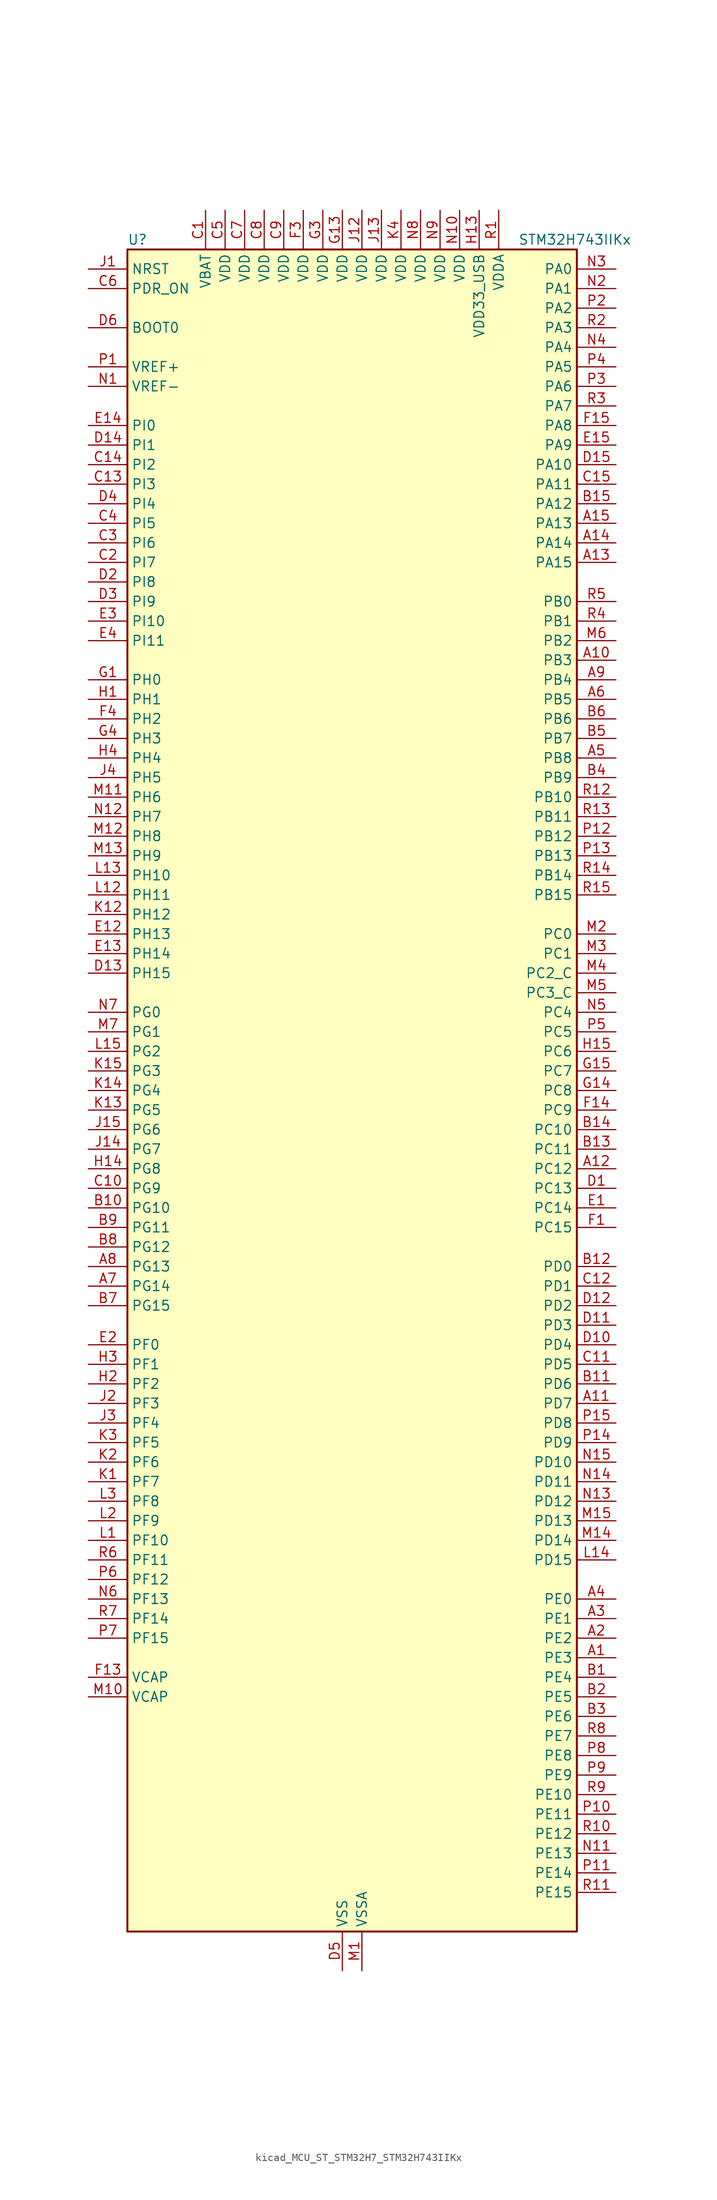
<source format=kicad_sym>
(kicad_symbol_lib
  (version 20220914)
  (generator kicad_symbol_editor)
  (symbol "kicad_MCU_ST_STM32H7_STM32H743IIKx"
    (property "Reference" "U"
      (at -27.94 110.49 0)
      (effects (font (size 1.27 1.27)) (justify left)))
    (property "Value" "STM32H743IIKx"
      (at 22.86 110.49 0)
      (effects (font (size 1.27 1.27)) (justify left)))
    (property "ki_locked" ""
      (at 0 0 0)
      (effects (font (size 1.27 1.27))))
    (symbol "kicad_MCU_ST_STM32H7_STM32H743IIKx_0_1"
      (rectangle (start -27.94 -109.22) (end 30.48 109.22) (stroke (width 0.254) (type default)) (fill (type background))))
    (symbol "kicad_MCU_ST_STM32H7_STM32H743IIKx_1_1"
      (pin bidirectional line (at 35.56 -73.66 180) (length 5.08) (name "PE3" (effects (font (size 1.27 1.27)))) (number "A1" (effects (font (size 1.27 1.27)))) (alternate "DEBUG_TRACED0" bidirectional line) (alternate "FMC_A19" bidirectional line) (alternate "SAI1_SD_B" bidirectional line) (alternate "SAI4_SD_B" bidirectional line) (alternate "TIM15_BKIN" bidirectional line))
      (pin bidirectional line (at 35.56 55.88 180) (length 5.08) (name "PB3" (effects (font (size 1.27 1.27)))) (number "A10" (effects (font (size 1.27 1.27)))) (alternate "CRS_SYNC" bidirectional line) (alternate "DEBUG_JTDO-SWO" bidirectional line) (alternate "HRTIM_FLT4" bidirectional line) (alternate "I2S1_CK" bidirectional line) (alternate "I2S3_CK" bidirectional line) (alternate "SDMMC2_D2" bidirectional line) (alternate "SPI1_SCK" bidirectional line) (alternate "SPI3_SCK" bidirectional line) (alternate "SPI6_SCK" bidirectional line) (alternate "TIM2_CH2" bidirectional line) (alternate "UART7_RX" bidirectional line))
      (pin bidirectional line (at 35.56 -40.64 180) (length 5.08) (name "PD7" (effects (font (size 1.27 1.27)))) (number "A11" (effects (font (size 1.27 1.27)))) (alternate "DFSDM1_CKIN1" bidirectional line) (alternate "DFSDM1_DATIN4" bidirectional line) (alternate "FMC_NE1" bidirectional line) (alternate "I2S1_SDO" bidirectional line) (alternate "SDMMC2_CMD" bidirectional line) (alternate "SPDIFRX1_IN0" bidirectional line) (alternate "SPI1_MOSI" bidirectional line) (alternate "USART2_CK" bidirectional line))
      (pin bidirectional line (at 35.56 -10.16 180) (length 5.08) (name "PC12" (effects (font (size 1.27 1.27)))) (number "A12" (effects (font (size 1.27 1.27)))) (alternate "DCMI_D9" bidirectional line) (alternate "DEBUG_TRACED3" bidirectional line) (alternate "HRTIM_EEV2" bidirectional line) (alternate "I2S3_SDO" bidirectional line) (alternate "SDMMC1_CK" bidirectional line) (alternate "SPI3_MOSI" bidirectional line) (alternate "UART5_TX" bidirectional line) (alternate "USART3_CK" bidirectional line))
      (pin bidirectional line (at 35.56 68.58 180) (length 5.08) (name "PA15" (effects (font (size 1.27 1.27)))) (number "A13" (effects (font (size 1.27 1.27)))) (alternate "ADC1_EXTI15" bidirectional line) (alternate "ADC2_EXTI15" bidirectional line) (alternate "ADC3_EXTI15" bidirectional line) (alternate "CEC" bidirectional line) (alternate "DEBUG_JTDI" bidirectional line) (alternate "HRTIM_FLT1" bidirectional line) (alternate "I2S1_WS" bidirectional line) (alternate "I2S3_WS" bidirectional line) (alternate "SPI1_NSS" bidirectional line) (alternate "SPI3_NSS" bidirectional line) (alternate "SPI6_NSS" bidirectional line) (alternate "TIM2_CH1" bidirectional line) (alternate "TIM2_ETR" bidirectional line) (alternate "UART4_DE" bidirectional line) (alternate "UART4_RTS" bidirectional line) (alternate "UART7_TX" bidirectional line))
      (pin bidirectional line (at 35.56 71.12 180) (length 5.08) (name "PA14" (effects (font (size 1.27 1.27)))) (number "A14" (effects (font (size 1.27 1.27)))) (alternate "DEBUG_JTCK-SWCLK" bidirectional line))
      (pin bidirectional line (at 35.56 73.66 180) (length 5.08) (name "PA13" (effects (font (size 1.27 1.27)))) (number "A15" (effects (font (size 1.27 1.27)))) (alternate "DEBUG_JTMS-SWDIO" bidirectional line))
      (pin bidirectional line (at 35.56 -71.12 180) (length 5.08) (name "PE2" (effects (font (size 1.27 1.27)))) (number "A2" (effects (font (size 1.27 1.27)))) (alternate "DEBUG_TRACECLK" bidirectional line) (alternate "ETH_TXD3" bidirectional line) (alternate "FMC_A23" bidirectional line) (alternate "QUADSPI_BK1_IO2" bidirectional line) (alternate "SAI1_CK1" bidirectional line) (alternate "SAI1_MCLK_A" bidirectional line) (alternate "SAI4_CK1" bidirectional line) (alternate "SAI4_MCLK_A" bidirectional line) (alternate "SPI4_SCK" bidirectional line))
      (pin bidirectional line (at 35.56 -68.58 180) (length 5.08) (name "PE1" (effects (font (size 1.27 1.27)))) (number "A3" (effects (font (size 1.27 1.27)))) (alternate "DCMI_D3" bidirectional line) (alternate "FMC_NBL1" bidirectional line) (alternate "HRTIM_SCOUT" bidirectional line) (alternate "LPTIM1_IN2" bidirectional line) (alternate "UART8_TX" bidirectional line))
      (pin bidirectional line (at 35.56 -66.04 180) (length 5.08) (name "PE0" (effects (font (size 1.27 1.27)))) (number "A4" (effects (font (size 1.27 1.27)))) (alternate "DCMI_D2" bidirectional line) (alternate "FMC_NBL0" bidirectional line) (alternate "HRTIM_SCIN" bidirectional line) (alternate "LPTIM1_ETR" bidirectional line) (alternate "LPTIM2_ETR" bidirectional line) (alternate "SAI2_MCLK_A" bidirectional line) (alternate "TIM4_ETR" bidirectional line) (alternate "UART8_RX" bidirectional line))
      (pin bidirectional line (at 35.56 43.18 180) (length 5.08) (name "PB8" (effects (font (size 1.27 1.27)))) (number "A5" (effects (font (size 1.27 1.27)))) (alternate "DCMI_D6" bidirectional line) (alternate "DFSDM1_CKIN7" bidirectional line) (alternate "ETH_TXD3" bidirectional line) (alternate "FDCAN1_RX" bidirectional line) (alternate "I2C1_SCL" bidirectional line) (alternate "I2C4_SCL" bidirectional line) (alternate "LTDC_B6" bidirectional line) (alternate "SDMMC1_CKIN" bidirectional line) (alternate "SDMMC1_D4" bidirectional line) (alternate "SDMMC2_D4" bidirectional line) (alternate "TIM16_CH1" bidirectional line) (alternate "TIM4_CH3" bidirectional line) (alternate "UART4_RX" bidirectional line))
      (pin bidirectional line (at 35.56 50.8 180) (length 5.08) (name "PB5" (effects (font (size 1.27 1.27)))) (number "A6" (effects (font (size 1.27 1.27)))) (alternate "DCMI_D10" bidirectional line) (alternate "ETH_PPS_OUT" bidirectional line) (alternate "FDCAN2_RX" bidirectional line) (alternate "FMC_SDCKE1" bidirectional line) (alternate "HRTIM_EEV7" bidirectional line) (alternate "I2C1_SMBA" bidirectional line) (alternate "I2C4_SMBA" bidirectional line) (alternate "I2S1_SDO" bidirectional line) (alternate "I2S3_SDO" bidirectional line) (alternate "SPI1_MOSI" bidirectional line) (alternate "SPI3_MOSI" bidirectional line) (alternate "SPI6_MOSI" bidirectional line) (alternate "TIM17_BKIN" bidirectional line) (alternate "TIM3_CH2" bidirectional line) (alternate "UART5_RX" bidirectional line) (alternate "USB_OTG_HS_ULPI_D7" bidirectional line))
      (pin bidirectional line (at -33.02 -25.4 0) (length 5.08) (name "PG14" (effects (font (size 1.27 1.27)))) (number "A7" (effects (font (size 1.27 1.27)))) (alternate "DEBUG_TRACED1" bidirectional line) (alternate "ETH_TXD1" bidirectional line) (alternate "FMC_A25" bidirectional line) (alternate "LPTIM1_ETR" bidirectional line) (alternate "LTDC_B0" bidirectional line) (alternate "QUADSPI_BK2_IO3" bidirectional line) (alternate "SPI6_MOSI" bidirectional line) (alternate "USART6_TX" bidirectional line))
      (pin bidirectional line (at -33.02 -22.86 0) (length 5.08) (name "PG13" (effects (font (size 1.27 1.27)))) (number "A8" (effects (font (size 1.27 1.27)))) (alternate "DEBUG_TRACED0" bidirectional line) (alternate "ETH_TXD0" bidirectional line) (alternate "FMC_A24" bidirectional line) (alternate "HRTIM_EEV10" bidirectional line) (alternate "LPTIM1_OUT" bidirectional line) (alternate "LTDC_R0" bidirectional line) (alternate "SPI6_SCK" bidirectional line) (alternate "USART6_CTS" bidirectional line) (alternate "USART6_NSS" bidirectional line))
      (pin bidirectional line (at 35.56 53.34 180) (length 5.08) (name "PB4" (effects (font (size 1.27 1.27)))) (number "A9" (effects (font (size 1.27 1.27)))) (alternate "DEBUG_JTRST" bidirectional line) (alternate "HRTIM_EEV6" bidirectional line) (alternate "I2S1_SDI" bidirectional line) (alternate "I2S2_WS" bidirectional line) (alternate "I2S3_SDI" bidirectional line) (alternate "SDMMC2_D3" bidirectional line) (alternate "SPI1_MISO" bidirectional line) (alternate "SPI2_NSS" bidirectional line) (alternate "SPI3_MISO" bidirectional line) (alternate "SPI6_MISO" bidirectional line) (alternate "TIM16_BKIN" bidirectional line) (alternate "TIM3_CH1" bidirectional line) (alternate "UART7_TX" bidirectional line))
      (pin bidirectional line (at 35.56 -76.2 180) (length 5.08) (name "PE4" (effects (font (size 1.27 1.27)))) (number "B1" (effects (font (size 1.27 1.27)))) (alternate "DCMI_D4" bidirectional line) (alternate "DEBUG_TRACED1" bidirectional line) (alternate "DFSDM1_DATIN3" bidirectional line) (alternate "FMC_A20" bidirectional line) (alternate "LTDC_B0" bidirectional line) (alternate "SAI1_D2" bidirectional line) (alternate "SAI1_FS_A" bidirectional line) (alternate "SAI4_D2" bidirectional line) (alternate "SAI4_FS_A" bidirectional line) (alternate "SPI4_NSS" bidirectional line) (alternate "TIM15_CH1N" bidirectional line))
      (pin bidirectional line (at -33.02 -15.24 0) (length 5.08) (name "PG10" (effects (font (size 1.27 1.27)))) (number "B10" (effects (font (size 1.27 1.27)))) (alternate "DCMI_D2" bidirectional line) (alternate "FMC_NE3" bidirectional line) (alternate "HRTIM_FLT5" bidirectional line) (alternate "I2S1_WS" bidirectional line) (alternate "LTDC_B2" bidirectional line) (alternate "LTDC_G3" bidirectional line) (alternate "SAI2_SD_B" bidirectional line) (alternate "SPI1_NSS" bidirectional line))
      (pin bidirectional line (at 35.56 -38.1 180) (length 5.08) (name "PD6" (effects (font (size 1.27 1.27)))) (number "B11" (effects (font (size 1.27 1.27)))) (alternate "DCMI_D10" bidirectional line) (alternate "DFSDM1_CKIN4" bidirectional line) (alternate "DFSDM1_DATIN1" bidirectional line) (alternate "FMC_NWAIT" bidirectional line) (alternate "I2S3_SDO" bidirectional line) (alternate "LTDC_B2" bidirectional line) (alternate "SAI1_D1" bidirectional line) (alternate "SAI1_SD_A" bidirectional line) (alternate "SAI4_D1" bidirectional line) (alternate "SAI4_SD_A" bidirectional line) (alternate "SDMMC2_CK" bidirectional line) (alternate "SPI3_MOSI" bidirectional line) (alternate "USART2_RX" bidirectional line))
      (pin bidirectional line (at 35.56 -22.86 180) (length 5.08) (name "PD0" (effects (font (size 1.27 1.27)))) (number "B12" (effects (font (size 1.27 1.27)))) (alternate "DFSDM1_CKIN6" bidirectional line) (alternate "FDCAN1_RX" bidirectional line) (alternate "FMC_D2" bidirectional line) (alternate "FMC_DA2" bidirectional line) (alternate "SAI3_SCK_A" bidirectional line) (alternate "UART4_RX" bidirectional line))
      (pin bidirectional line (at 35.56 -7.62 180) (length 5.08) (name "PC11" (effects (font (size 1.27 1.27)))) (number "B13" (effects (font (size 1.27 1.27)))) (alternate "ADC1_EXTI11" bidirectional line) (alternate "ADC2_EXTI11" bidirectional line) (alternate "ADC3_EXTI11" bidirectional line) (alternate "DCMI_D4" bidirectional line) (alternate "DFSDM1_DATIN5" bidirectional line) (alternate "HRTIM_FLT2" bidirectional line) (alternate "I2S3_SDI" bidirectional line) (alternate "QUADSPI_BK2_NCS" bidirectional line) (alternate "SDMMC1_D3" bidirectional line) (alternate "SPI3_MISO" bidirectional line) (alternate "UART4_RX" bidirectional line) (alternate "USART3_RX" bidirectional line))
      (pin bidirectional line (at 35.56 -5.08 180) (length 5.08) (name "PC10" (effects (font (size 1.27 1.27)))) (number "B14" (effects (font (size 1.27 1.27)))) (alternate "DCMI_D8" bidirectional line) (alternate "DFSDM1_CKIN5" bidirectional line) (alternate "HRTIM_EEV1" bidirectional line) (alternate "I2S3_CK" bidirectional line) (alternate "LTDC_R2" bidirectional line) (alternate "QUADSPI_BK1_IO1" bidirectional line) (alternate "SDMMC1_D2" bidirectional line) (alternate "SPI3_SCK" bidirectional line) (alternate "UART4_TX" bidirectional line) (alternate "USART3_TX" bidirectional line))
      (pin bidirectional line (at 35.56 76.2 180) (length 5.08) (name "PA12" (effects (font (size 1.27 1.27)))) (number "B15" (effects (font (size 1.27 1.27)))) (alternate "FDCAN1_TX" bidirectional line) (alternate "HRTIM_CHD2" bidirectional line) (alternate "I2S2_CK" bidirectional line) (alternate "LPUART1_DE" bidirectional line) (alternate "LPUART1_RTS" bidirectional line) (alternate "LTDC_R5" bidirectional line) (alternate "SAI2_FS_B" bidirectional line) (alternate "SPI2_SCK" bidirectional line) (alternate "TIM1_ETR" bidirectional line) (alternate "UART4_TX" bidirectional line) (alternate "USART1_DE" bidirectional line) (alternate "USART1_RTS" bidirectional line) (alternate "USB_OTG_FS_DP" bidirectional line))
      (pin bidirectional line (at 35.56 -78.74 180) (length 5.08) (name "PE5" (effects (font (size 1.27 1.27)))) (number "B2" (effects (font (size 1.27 1.27)))) (alternate "DCMI_D6" bidirectional line) (alternate "DEBUG_TRACED2" bidirectional line) (alternate "DFSDM1_CKIN3" bidirectional line) (alternate "FMC_A21" bidirectional line) (alternate "LTDC_G0" bidirectional line) (alternate "SAI1_CK2" bidirectional line) (alternate "SAI1_SCK_A" bidirectional line) (alternate "SAI4_CK2" bidirectional line) (alternate "SAI4_SCK_A" bidirectional line) (alternate "SPI4_MISO" bidirectional line) (alternate "TIM15_CH1" bidirectional line))
      (pin bidirectional line (at 35.56 -81.28 180) (length 5.08) (name "PE6" (effects (font (size 1.27 1.27)))) (number "B3" (effects (font (size 1.27 1.27)))) (alternate "DCMI_D7" bidirectional line) (alternate "DEBUG_TRACED3" bidirectional line) (alternate "FMC_A22" bidirectional line) (alternate "LTDC_G1" bidirectional line) (alternate "SAI1_D1" bidirectional line) (alternate "SAI1_SD_A" bidirectional line) (alternate "SAI2_MCLK_B" bidirectional line) (alternate "SAI4_D1" bidirectional line) (alternate "SAI4_SD_A" bidirectional line) (alternate "SPI4_MOSI" bidirectional line) (alternate "TIM15_CH2" bidirectional line) (alternate "TIM1_BKIN2" bidirectional line) (alternate "TIM1_BKIN2_COMP1" bidirectional line) (alternate "TIM1_BKIN2_COMP2" bidirectional line))
      (pin bidirectional line (at 35.56 40.64 180) (length 5.08) (name "PB9" (effects (font (size 1.27 1.27)))) (number "B4" (effects (font (size 1.27 1.27)))) (alternate "DAC1_EXTI9" bidirectional line) (alternate "DCMI_D7" bidirectional line) (alternate "DFSDM1_DATIN7" bidirectional line) (alternate "FDCAN1_TX" bidirectional line) (alternate "I2C1_SDA" bidirectional line) (alternate "I2C4_SDA" bidirectional line) (alternate "I2C4_SMBA" bidirectional line) (alternate "I2S2_WS" bidirectional line) (alternate "LTDC_B7" bidirectional line) (alternate "SDMMC1_CDIR" bidirectional line) (alternate "SDMMC1_D5" bidirectional line) (alternate "SDMMC2_D5" bidirectional line) (alternate "SPI2_NSS" bidirectional line) (alternate "TIM17_CH1" bidirectional line) (alternate "TIM4_CH4" bidirectional line) (alternate "UART4_TX" bidirectional line))
      (pin bidirectional line (at 35.56 45.72 180) (length 5.08) (name "PB7" (effects (font (size 1.27 1.27)))) (number "B5" (effects (font (size 1.27 1.27)))) (alternate "DCMI_VSYNC" bidirectional line) (alternate "DFSDM1_CKIN5" bidirectional line) (alternate "FMC_NL" bidirectional line) (alternate "HRTIM_EEV9" bidirectional line) (alternate "I2C1_SDA" bidirectional line) (alternate "I2C4_SDA" bidirectional line) (alternate "LPUART1_RX" bidirectional line) (alternate "PWR_PVD_IN" bidirectional line) (alternate "TIM17_CH1N" bidirectional line) (alternate "TIM4_CH2" bidirectional line) (alternate "USART1_RX" bidirectional line))
      (pin bidirectional line (at 35.56 48.26 180) (length 5.08) (name "PB6" (effects (font (size 1.27 1.27)))) (number "B6" (effects (font (size 1.27 1.27)))) (alternate "CEC" bidirectional line) (alternate "DCMI_D5" bidirectional line) (alternate "DFSDM1_DATIN5" bidirectional line) (alternate "FDCAN2_TX" bidirectional line) (alternate "FMC_SDNE1" bidirectional line) (alternate "HRTIM_EEV8" bidirectional line) (alternate "I2C1_SCL" bidirectional line) (alternate "I2C4_SCL" bidirectional line) (alternate "LPUART1_TX" bidirectional line) (alternate "QUADSPI_BK1_NCS" bidirectional line) (alternate "TIM16_CH1N" bidirectional line) (alternate "TIM4_CH1" bidirectional line) (alternate "UART5_TX" bidirectional line) (alternate "USART1_TX" bidirectional line))
      (pin bidirectional line (at -33.02 -27.94 0) (length 5.08) (name "PG15" (effects (font (size 1.27 1.27)))) (number "B7" (effects (font (size 1.27 1.27)))) (alternate "ADC1_EXTI15" bidirectional line) (alternate "ADC2_EXTI15" bidirectional line) (alternate "ADC3_EXTI15" bidirectional line) (alternate "DCMI_D13" bidirectional line) (alternate "FMC_SDNCAS" bidirectional line) (alternate "USART6_CTS" bidirectional line) (alternate "USART6_NSS" bidirectional line))
      (pin bidirectional line (at -33.02 -20.32 0) (length 5.08) (name "PG12" (effects (font (size 1.27 1.27)))) (number "B8" (effects (font (size 1.27 1.27)))) (alternate "ETH_TXD1" bidirectional line) (alternate "FMC_NE4" bidirectional line) (alternate "HRTIM_EEV5" bidirectional line) (alternate "LPTIM1_IN1" bidirectional line) (alternate "LTDC_B1" bidirectional line) (alternate "LTDC_B4" bidirectional line) (alternate "SPDIFRX1_IN1" bidirectional line) (alternate "SPI6_MISO" bidirectional line) (alternate "USART6_DE" bidirectional line) (alternate "USART6_RTS" bidirectional line))
      (pin bidirectional line (at -33.02 -17.78 0) (length 5.08) (name "PG11" (effects (font (size 1.27 1.27)))) (number "B9" (effects (font (size 1.27 1.27)))) (alternate "ADC1_EXTI11" bidirectional line) (alternate "ADC2_EXTI11" bidirectional line) (alternate "ADC3_EXTI11" bidirectional line) (alternate "DCMI_D3" bidirectional line) (alternate "ETH_TX_EN" bidirectional line) (alternate "HRTIM_EEV4" bidirectional line) (alternate "I2S1_CK" bidirectional line) (alternate "LPTIM1_IN2" bidirectional line) (alternate "LTDC_B3" bidirectional line) (alternate "SDMMC2_D2" bidirectional line) (alternate "SPDIFRX1_IN0" bidirectional line) (alternate "SPI1_SCK" bidirectional line))
      (pin power_in line (at -17.78 114.3 270) (length 5.08) (name "VBAT" (effects (font (size 1.27 1.27)))) (number "C1" (effects (font (size 1.27 1.27)))))
      (pin bidirectional line (at -33.02 -12.7 0) (length 5.08) (name "PG9" (effects (font (size 1.27 1.27)))) (number "C10" (effects (font (size 1.27 1.27)))) (alternate "DAC1_EXTI9" bidirectional line) (alternate "DCMI_VSYNC" bidirectional line) (alternate "FMC_NCE" bidirectional line) (alternate "FMC_NE2" bidirectional line) (alternate "I2S1_SDI" bidirectional line) (alternate "QUADSPI_BK2_IO2" bidirectional line) (alternate "SAI2_FS_B" bidirectional line) (alternate "SPDIFRX1_IN3" bidirectional line) (alternate "SPI1_MISO" bidirectional line) (alternate "USART6_RX" bidirectional line))
      (pin bidirectional line (at 35.56 -35.56 180) (length 5.08) (name "PD5" (effects (font (size 1.27 1.27)))) (number "C11" (effects (font (size 1.27 1.27)))) (alternate "FMC_NWE" bidirectional line) (alternate "HRTIM_EEV3" bidirectional line) (alternate "USART2_TX" bidirectional line))
      (pin bidirectional line (at 35.56 -25.4 180) (length 5.08) (name "PD1" (effects (font (size 1.27 1.27)))) (number "C12" (effects (font (size 1.27 1.27)))) (alternate "DFSDM1_DATIN6" bidirectional line) (alternate "FDCAN1_TX" bidirectional line) (alternate "FMC_D3" bidirectional line) (alternate "FMC_DA3" bidirectional line) (alternate "SAI3_SD_A" bidirectional line) (alternate "UART4_TX" bidirectional line))
      (pin bidirectional line (at -33.02 78.74 0) (length 5.08) (name "PI3" (effects (font (size 1.27 1.27)))) (number "C13" (effects (font (size 1.27 1.27)))) (alternate "DCMI_D10" bidirectional line) (alternate "FMC_D27" bidirectional line) (alternate "I2S2_SDO" bidirectional line) (alternate "SPI2_MOSI" bidirectional line) (alternate "TIM8_ETR" bidirectional line))
      (pin bidirectional line (at -33.02 81.28 0) (length 5.08) (name "PI2" (effects (font (size 1.27 1.27)))) (number "C14" (effects (font (size 1.27 1.27)))) (alternate "DCMI_D9" bidirectional line) (alternate "FMC_D26" bidirectional line) (alternate "I2S2_SDI" bidirectional line) (alternate "LTDC_G7" bidirectional line) (alternate "SPI2_MISO" bidirectional line) (alternate "TIM8_CH4" bidirectional line))
      (pin bidirectional line (at 35.56 78.74 180) (length 5.08) (name "PA11" (effects (font (size 1.27 1.27)))) (number "C15" (effects (font (size 1.27 1.27)))) (alternate "ADC1_EXTI11" bidirectional line) (alternate "ADC2_EXTI11" bidirectional line) (alternate "ADC3_EXTI11" bidirectional line) (alternate "FDCAN1_RX" bidirectional line) (alternate "HRTIM_CHD1" bidirectional line) (alternate "I2S2_WS" bidirectional line) (alternate "LPUART1_CTS" bidirectional line) (alternate "LTDC_R4" bidirectional line) (alternate "SPI2_NSS" bidirectional line) (alternate "TIM1_CH4" bidirectional line) (alternate "UART4_RX" bidirectional line) (alternate "USART1_CTS" bidirectional line) (alternate "USART1_NSS" bidirectional line) (alternate "USB_OTG_FS_DM" bidirectional line))
      (pin bidirectional line (at -33.02 68.58 0) (length 5.08) (name "PI7" (effects (font (size 1.27 1.27)))) (number "C2" (effects (font (size 1.27 1.27)))) (alternate "DCMI_D7" bidirectional line) (alternate "FMC_D29" bidirectional line) (alternate "LTDC_B7" bidirectional line) (alternate "SAI2_FS_A" bidirectional line) (alternate "TIM8_CH3" bidirectional line))
      (pin bidirectional line (at -33.02 71.12 0) (length 5.08) (name "PI6" (effects (font (size 1.27 1.27)))) (number "C3" (effects (font (size 1.27 1.27)))) (alternate "DCMI_D6" bidirectional line) (alternate "FMC_D28" bidirectional line) (alternate "LTDC_B6" bidirectional line) (alternate "SAI2_SD_A" bidirectional line) (alternate "TIM8_CH2" bidirectional line))
      (pin bidirectional line (at -33.02 73.66 0) (length 5.08) (name "PI5" (effects (font (size 1.27 1.27)))) (number "C4" (effects (font (size 1.27 1.27)))) (alternate "DCMI_VSYNC" bidirectional line) (alternate "FMC_NBL3" bidirectional line) (alternate "LTDC_B5" bidirectional line) (alternate "SAI2_SCK_A" bidirectional line) (alternate "TIM8_CH1" bidirectional line))
      (pin power_in line (at -15.24 114.3 270) (length 5.08) (name "VDD" (effects (font (size 1.27 1.27)))) (number "C5" (effects (font (size 1.27 1.27)))))
      (pin input line (at -33.02 104.14 0) (length 5.08) (name "PDR_ON" (effects (font (size 1.27 1.27)))) (number "C6" (effects (font (size 1.27 1.27)))))
      (pin power_in line (at -12.7 114.3 270) (length 5.08) (name "VDD" (effects (font (size 1.27 1.27)))) (number "C7" (effects (font (size 1.27 1.27)))))
      (pin power_in line (at -10.16 114.3 270) (length 5.08) (name "VDD" (effects (font (size 1.27 1.27)))) (number "C8" (effects (font (size 1.27 1.27)))))
      (pin power_in line (at -7.62 114.3 270) (length 5.08) (name "VDD" (effects (font (size 1.27 1.27)))) (number "C9" (effects (font (size 1.27 1.27)))))
      (pin bidirectional line (at 35.56 -12.7 180) (length 5.08) (name "PC13" (effects (font (size 1.27 1.27)))) (number "D1" (effects (font (size 1.27 1.27)))) (alternate "PWR_WKUP2" bidirectional line) (alternate "RTC_OUT_ALARM" bidirectional line) (alternate "RTC_OUT_CALIB" bidirectional line) (alternate "RTC_TAMP1" bidirectional line) (alternate "RTC_TS" bidirectional line))
      (pin bidirectional line (at 35.56 -33.02 180) (length 5.08) (name "PD4" (effects (font (size 1.27 1.27)))) (number "D10" (effects (font (size 1.27 1.27)))) (alternate "FMC_NOE" bidirectional line) (alternate "HRTIM_FLT3" bidirectional line) (alternate "SAI3_FS_A" bidirectional line) (alternate "USART2_DE" bidirectional line) (alternate "USART2_RTS" bidirectional line))
      (pin bidirectional line (at 35.56 -30.48 180) (length 5.08) (name "PD3" (effects (font (size 1.27 1.27)))) (number "D11" (effects (font (size 1.27 1.27)))) (alternate "DCMI_D5" bidirectional line) (alternate "DFSDM1_CKOUT" bidirectional line) (alternate "FMC_CLK" bidirectional line) (alternate "I2S2_CK" bidirectional line) (alternate "LTDC_G7" bidirectional line) (alternate "SPI2_SCK" bidirectional line) (alternate "USART2_CTS" bidirectional line) (alternate "USART2_NSS" bidirectional line))
      (pin bidirectional line (at 35.56 -27.94 180) (length 5.08) (name "PD2" (effects (font (size 1.27 1.27)))) (number "D12" (effects (font (size 1.27 1.27)))) (alternate "DCMI_D11" bidirectional line) (alternate "DEBUG_TRACED2" bidirectional line) (alternate "SDMMC1_CMD" bidirectional line) (alternate "TIM3_ETR" bidirectional line) (alternate "UART5_RX" bidirectional line))
      (pin bidirectional line (at -33.02 15.24 0) (length 5.08) (name "PH15" (effects (font (size 1.27 1.27)))) (number "D13" (effects (font (size 1.27 1.27)))) (alternate "ADC1_EXTI15" bidirectional line) (alternate "ADC2_EXTI15" bidirectional line) (alternate "ADC3_EXTI15" bidirectional line) (alternate "DCMI_D11" bidirectional line) (alternate "FMC_D23" bidirectional line) (alternate "LTDC_G4" bidirectional line) (alternate "TIM8_CH3N" bidirectional line))
      (pin bidirectional line (at -33.02 83.82 0) (length 5.08) (name "PI1" (effects (font (size 1.27 1.27)))) (number "D14" (effects (font (size 1.27 1.27)))) (alternate "DCMI_D8" bidirectional line) (alternate "FMC_D25" bidirectional line) (alternate "I2S2_CK" bidirectional line) (alternate "LTDC_G6" bidirectional line) (alternate "SPI2_SCK" bidirectional line) (alternate "TIM8_BKIN2" bidirectional line) (alternate "TIM8_BKIN2_COMP1" bidirectional line) (alternate "TIM8_BKIN2_COMP2" bidirectional line))
      (pin bidirectional line (at 35.56 81.28 180) (length 5.08) (name "PA10" (effects (font (size 1.27 1.27)))) (number "D15" (effects (font (size 1.27 1.27)))) (alternate "DCMI_D1" bidirectional line) (alternate "HRTIM_CHC2" bidirectional line) (alternate "LPUART1_RX" bidirectional line) (alternate "LTDC_B1" bidirectional line) (alternate "LTDC_B4" bidirectional line) (alternate "MDIOS_MDIO" bidirectional line) (alternate "TIM1_CH3" bidirectional line) (alternate "USART1_RX" bidirectional line) (alternate "USB_OTG_FS_ID" bidirectional line))
      (pin bidirectional line (at -33.02 66.04 0) (length 5.08) (name "PI8" (effects (font (size 1.27 1.27)))) (number "D2" (effects (font (size 1.27 1.27)))) (alternate "PWR_WKUP3" bidirectional line) (alternate "RTC_TAMP2" bidirectional line))
      (pin bidirectional line (at -33.02 63.5 0) (length 5.08) (name "PI9" (effects (font (size 1.27 1.27)))) (number "D3" (effects (font (size 1.27 1.27)))) (alternate "DAC1_EXTI9" bidirectional line) (alternate "FDCAN1_RX" bidirectional line) (alternate "FMC_D30" bidirectional line) (alternate "LTDC_VSYNC" bidirectional line) (alternate "UART4_RX" bidirectional line))
      (pin bidirectional line (at -33.02 76.2 0) (length 5.08) (name "PI4" (effects (font (size 1.27 1.27)))) (number "D4" (effects (font (size 1.27 1.27)))) (alternate "DCMI_D5" bidirectional line) (alternate "FMC_NBL2" bidirectional line) (alternate "LTDC_B4" bidirectional line) (alternate "SAI2_MCLK_A" bidirectional line) (alternate "TIM8_BKIN" bidirectional line) (alternate "TIM8_BKIN_COMP1" bidirectional line) (alternate "TIM8_BKIN_COMP2" bidirectional line))
      (pin power_in line (at 0 -114.3 90) (length 5.08) (name "VSS" (effects (font (size 1.27 1.27)))) (number "D5" (effects (font (size 1.27 1.27)))))
      (pin input line (at -33.02 99.06 0) (length 5.08) (name "BOOT0" (effects (font (size 1.27 1.27)))) (number "D6" (effects (font (size 1.27 1.27)))))
      (pin passive line (at 0 -114.3 90) (length 5.08) hide (name "VSS" (effects (font (size 1.27 1.27)))) (number "D7" (effects (font (size 1.27 1.27)))))
      (pin passive line (at 0 -114.3 90) (length 5.08) hide (name "VSS" (effects (font (size 1.27 1.27)))) (number "D8" (effects (font (size 1.27 1.27)))))
      (pin passive line (at 0 -114.3 90) (length 5.08) hide (name "VSS" (effects (font (size 1.27 1.27)))) (number "D9" (effects (font (size 1.27 1.27)))))
      (pin bidirectional line (at 35.56 -15.24 180) (length 5.08) (name "PC14" (effects (font (size 1.27 1.27)))) (number "E1" (effects (font (size 1.27 1.27)))) (alternate "RCC_OSC32_IN" bidirectional line))
      (pin bidirectional line (at -33.02 20.32 0) (length 5.08) (name "PH13" (effects (font (size 1.27 1.27)))) (number "E12" (effects (font (size 1.27 1.27)))) (alternate "FDCAN1_TX" bidirectional line) (alternate "FMC_D21" bidirectional line) (alternate "LTDC_G2" bidirectional line) (alternate "TIM8_CH1N" bidirectional line) (alternate "UART4_TX" bidirectional line))
      (pin bidirectional line (at -33.02 17.78 0) (length 5.08) (name "PH14" (effects (font (size 1.27 1.27)))) (number "E13" (effects (font (size 1.27 1.27)))) (alternate "DCMI_D4" bidirectional line) (alternate "FDCAN1_RX" bidirectional line) (alternate "FMC_D22" bidirectional line) (alternate "LTDC_G3" bidirectional line) (alternate "TIM8_CH2N" bidirectional line) (alternate "UART4_RX" bidirectional line))
      (pin bidirectional line (at -33.02 86.36 0) (length 5.08) (name "PI0" (effects (font (size 1.27 1.27)))) (number "E14" (effects (font (size 1.27 1.27)))) (alternate "DCMI_D13" bidirectional line) (alternate "FMC_D24" bidirectional line) (alternate "I2S2_WS" bidirectional line) (alternate "LTDC_G5" bidirectional line) (alternate "SPI2_NSS" bidirectional line) (alternate "TIM5_CH4" bidirectional line))
      (pin bidirectional line (at 35.56 83.82 180) (length 5.08) (name "PA9" (effects (font (size 1.27 1.27)))) (number "E15" (effects (font (size 1.27 1.27)))) (alternate "DAC1_EXTI9" bidirectional line) (alternate "DCMI_D0" bidirectional line) (alternate "HRTIM_CHC1" bidirectional line) (alternate "I2C3_SMBA" bidirectional line) (alternate "I2S2_CK" bidirectional line) (alternate "LPUART1_TX" bidirectional line) (alternate "LTDC_R5" bidirectional line) (alternate "SPI2_SCK" bidirectional line) (alternate "TIM1_CH2" bidirectional line) (alternate "USART1_TX" bidirectional line) (alternate "USB_OTG_FS_VBUS" bidirectional line))
      (pin bidirectional line (at -33.02 -33.02 0) (length 5.08) (name "PF0" (effects (font (size 1.27 1.27)))) (number "E2" (effects (font (size 1.27 1.27)))) (alternate "FMC_A0" bidirectional line) (alternate "I2C2_SDA" bidirectional line))
      (pin bidirectional line (at -33.02 60.96 0) (length 5.08) (name "PI10" (effects (font (size 1.27 1.27)))) (number "E3" (effects (font (size 1.27 1.27)))) (alternate "ETH_RX_ER" bidirectional line) (alternate "FMC_D31" bidirectional line) (alternate "LTDC_HSYNC" bidirectional line))
      (pin bidirectional line (at -33.02 58.42 0) (length 5.08) (name "PI11" (effects (font (size 1.27 1.27)))) (number "E4" (effects (font (size 1.27 1.27)))) (alternate "ADC1_EXTI11" bidirectional line) (alternate "ADC2_EXTI11" bidirectional line) (alternate "ADC3_EXTI11" bidirectional line) (alternate "LTDC_G6" bidirectional line) (alternate "PWR_WKUP4" bidirectional line) (alternate "USB_OTG_HS_ULPI_DIR" bidirectional line))
      (pin bidirectional line (at 35.56 -17.78 180) (length 5.08) (name "PC15" (effects (font (size 1.27 1.27)))) (number "F1" (effects (font (size 1.27 1.27)))) (alternate "ADC1_EXTI15" bidirectional line) (alternate "ADC2_EXTI15" bidirectional line) (alternate "ADC3_EXTI15" bidirectional line) (alternate "RCC_OSC32_OUT" bidirectional line))
      (pin passive line (at 0 -114.3 90) (length 5.08) hide (name "VSS" (effects (font (size 1.27 1.27)))) (number "F10" (effects (font (size 1.27 1.27)))))
      (pin passive line (at 0 -114.3 90) (length 5.08) hide (name "VSS" (effects (font (size 1.27 1.27)))) (number "F12" (effects (font (size 1.27 1.27)))))
      (pin power_out line (at -33.02 -76.2 0) (length 5.08) (name "VCAP" (effects (font (size 1.27 1.27)))) (number "F13" (effects (font (size 1.27 1.27)))))
      (pin bidirectional line (at 35.56 -2.54 180) (length 5.08) (name "PC9" (effects (font (size 1.27 1.27)))) (number "F14" (effects (font (size 1.27 1.27)))) (alternate "DAC1_EXTI9" bidirectional line) (alternate "DCMI_D3" bidirectional line) (alternate "I2C3_SDA" bidirectional line) (alternate "I2S_CKIN" bidirectional line) (alternate "LTDC_B2" bidirectional line) (alternate "LTDC_G3" bidirectional line) (alternate "QUADSPI_BK1_IO0" bidirectional line) (alternate "RCC_MCO_2" bidirectional line) (alternate "SDMMC1_D1" bidirectional line) (alternate "SWPMI1_SUSPEND" bidirectional line) (alternate "TIM3_CH4" bidirectional line) (alternate "TIM8_CH4" bidirectional line) (alternate "UART5_CTS" bidirectional line))
      (pin bidirectional line (at 35.56 86.36 180) (length 5.08) (name "PA8" (effects (font (size 1.27 1.27)))) (number "F15" (effects (font (size 1.27 1.27)))) (alternate "HRTIM_CHB2" bidirectional line) (alternate "I2C3_SCL" bidirectional line) (alternate "LTDC_B3" bidirectional line) (alternate "LTDC_R6" bidirectional line) (alternate "RCC_MCO_1" bidirectional line) (alternate "TIM1_CH1" bidirectional line) (alternate "TIM8_BKIN2" bidirectional line) (alternate "TIM8_BKIN2_COMP1" bidirectional line) (alternate "TIM8_BKIN2_COMP2" bidirectional line) (alternate "UART7_RX" bidirectional line) (alternate "USART1_CK" bidirectional line) (alternate "USB_OTG_FS_SOF" bidirectional line))
      (pin passive line (at 0 -114.3 90) (length 5.08) hide (name "VSS" (effects (font (size 1.27 1.27)))) (number "F2" (effects (font (size 1.27 1.27)))))
      (pin power_in line (at -5.08 114.3 270) (length 5.08) (name "VDD" (effects (font (size 1.27 1.27)))) (number "F3" (effects (font (size 1.27 1.27)))))
      (pin bidirectional line (at -33.02 48.26 0) (length 5.08) (name "PH2" (effects (font (size 1.27 1.27)))) (number "F4" (effects (font (size 1.27 1.27)))) (alternate "ADC3_INP13" bidirectional line) (alternate "ETH_CRS" bidirectional line) (alternate "FMC_SDCKE0" bidirectional line) (alternate "LPTIM1_IN2" bidirectional line) (alternate "LTDC_R0" bidirectional line) (alternate "QUADSPI_BK2_IO0" bidirectional line) (alternate "SAI2_SCK_B" bidirectional line))
      (pin passive line (at 0 -114.3 90) (length 5.08) hide (name "VSS" (effects (font (size 1.27 1.27)))) (number "F6" (effects (font (size 1.27 1.27)))))
      (pin passive line (at 0 -114.3 90) (length 5.08) hide (name "VSS" (effects (font (size 1.27 1.27)))) (number "F7" (effects (font (size 1.27 1.27)))))
      (pin passive line (at 0 -114.3 90) (length 5.08) hide (name "VSS" (effects (font (size 1.27 1.27)))) (number "F8" (effects (font (size 1.27 1.27)))))
      (pin passive line (at 0 -114.3 90) (length 5.08) hide (name "VSS" (effects (font (size 1.27 1.27)))) (number "F9" (effects (font (size 1.27 1.27)))))
      (pin bidirectional line (at -33.02 53.34 0) (length 5.08) (name "PH0" (effects (font (size 1.27 1.27)))) (number "G1" (effects (font (size 1.27 1.27)))) (alternate "RCC_OSC_IN" bidirectional line))
      (pin passive line (at 0 -114.3 90) (length 5.08) hide (name "VSS" (effects (font (size 1.27 1.27)))) (number "G10" (effects (font (size 1.27 1.27)))))
      (pin passive line (at 0 -114.3 90) (length 5.08) hide (name "VSS" (effects (font (size 1.27 1.27)))) (number "G12" (effects (font (size 1.27 1.27)))))
      (pin power_in line (at 0 114.3 270) (length 5.08) (name "VDD" (effects (font (size 1.27 1.27)))) (number "G13" (effects (font (size 1.27 1.27)))))
      (pin bidirectional line (at 35.56 0 180) (length 5.08) (name "PC8" (effects (font (size 1.27 1.27)))) (number "G14" (effects (font (size 1.27 1.27)))) (alternate "DCMI_D2" bidirectional line) (alternate "DEBUG_TRACED1" bidirectional line) (alternate "FMC_NCE" bidirectional line) (alternate "FMC_NE2" bidirectional line) (alternate "HRTIM_CHB1" bidirectional line) (alternate "SDMMC1_D0" bidirectional line) (alternate "SWPMI1_RX" bidirectional line) (alternate "TIM3_CH3" bidirectional line) (alternate "TIM8_CH3" bidirectional line) (alternate "UART5_DE" bidirectional line) (alternate "UART5_RTS" bidirectional line) (alternate "USART6_CK" bidirectional line))
      (pin bidirectional line (at 35.56 2.54 180) (length 5.08) (name "PC7" (effects (font (size 1.27 1.27)))) (number "G15" (effects (font (size 1.27 1.27)))) (alternate "DCMI_D1" bidirectional line) (alternate "DEBUG_TRGIO" bidirectional line) (alternate "DFSDM1_DATIN3" bidirectional line) (alternate "FMC_NE1" bidirectional line) (alternate "HRTIM_CHA2" bidirectional line) (alternate "I2S3_MCK" bidirectional line) (alternate "LTDC_G6" bidirectional line) (alternate "SDMMC1_D123DIR" bidirectional line) (alternate "SDMMC1_D7" bidirectional line) (alternate "SDMMC2_D7" bidirectional line) (alternate "SWPMI1_TX" bidirectional line) (alternate "TIM3_CH2" bidirectional line) (alternate "TIM8_CH2" bidirectional line) (alternate "USART6_RX" bidirectional line))
      (pin passive line (at 0 -114.3 90) (length 5.08) hide (name "VSS" (effects (font (size 1.27 1.27)))) (number "G2" (effects (font (size 1.27 1.27)))))
      (pin power_in line (at -2.54 114.3 270) (length 5.08) (name "VDD" (effects (font (size 1.27 1.27)))) (number "G3" (effects (font (size 1.27 1.27)))))
      (pin bidirectional line (at -33.02 45.72 0) (length 5.08) (name "PH3" (effects (font (size 1.27 1.27)))) (number "G4" (effects (font (size 1.27 1.27)))) (alternate "ADC3_INN13" bidirectional line) (alternate "ADC3_INP14" bidirectional line) (alternate "ETH_COL" bidirectional line) (alternate "FMC_SDNE0" bidirectional line) (alternate "LTDC_R1" bidirectional line) (alternate "QUADSPI_BK2_IO1" bidirectional line) (alternate "SAI2_MCLK_B" bidirectional line))
      (pin passive line (at 0 -114.3 90) (length 5.08) hide (name "VSS" (effects (font (size 1.27 1.27)))) (number "G6" (effects (font (size 1.27 1.27)))))
      (pin passive line (at 0 -114.3 90) (length 5.08) hide (name "VSS" (effects (font (size 1.27 1.27)))) (number "G7" (effects (font (size 1.27 1.27)))))
      (pin passive line (at 0 -114.3 90) (length 5.08) hide (name "VSS" (effects (font (size 1.27 1.27)))) (number "G8" (effects (font (size 1.27 1.27)))))
      (pin passive line (at 0 -114.3 90) (length 5.08) hide (name "VSS" (effects (font (size 1.27 1.27)))) (number "G9" (effects (font (size 1.27 1.27)))))
      (pin bidirectional line (at -33.02 50.8 0) (length 5.08) (name "PH1" (effects (font (size 1.27 1.27)))) (number "H1" (effects (font (size 1.27 1.27)))) (alternate "RCC_OSC_OUT" bidirectional line))
      (pin passive line (at 0 -114.3 90) (length 5.08) hide (name "VSS" (effects (font (size 1.27 1.27)))) (number "H10" (effects (font (size 1.27 1.27)))))
      (pin passive line (at 0 -114.3 90) (length 5.08) hide (name "VSS" (effects (font (size 1.27 1.27)))) (number "H12" (effects (font (size 1.27 1.27)))))
      (pin power_in line (at 17.78 114.3 270) (length 5.08) (name "VDD33_USB" (effects (font (size 1.27 1.27)))) (number "H13" (effects (font (size 1.27 1.27)))))
      (pin bidirectional line (at -33.02 -10.16 0) (length 5.08) (name "PG8" (effects (font (size 1.27 1.27)))) (number "H14" (effects (font (size 1.27 1.27)))) (alternate "ETH_PPS_OUT" bidirectional line) (alternate "FMC_SDCLK" bidirectional line) (alternate "LTDC_G7" bidirectional line) (alternate "SPDIFRX1_IN2" bidirectional line) (alternate "SPI6_NSS" bidirectional line) (alternate "TIM8_ETR" bidirectional line) (alternate "USART6_DE" bidirectional line) (alternate "USART6_RTS" bidirectional line))
      (pin bidirectional line (at 35.56 5.08 180) (length 5.08) (name "PC6" (effects (font (size 1.27 1.27)))) (number "H15" (effects (font (size 1.27 1.27)))) (alternate "DCMI_D0" bidirectional line) (alternate "DFSDM1_CKIN3" bidirectional line) (alternate "FMC_NWAIT" bidirectional line) (alternate "HRTIM_CHA1" bidirectional line) (alternate "I2S2_MCK" bidirectional line) (alternate "LTDC_HSYNC" bidirectional line) (alternate "SDMMC1_D0DIR" bidirectional line) (alternate "SDMMC1_D6" bidirectional line) (alternate "SDMMC2_D6" bidirectional line) (alternate "SWPMI1_IO" bidirectional line) (alternate "TIM3_CH1" bidirectional line) (alternate "TIM8_CH1" bidirectional line) (alternate "USART6_TX" bidirectional line))
      (pin bidirectional line (at -33.02 -38.1 0) (length 5.08) (name "PF2" (effects (font (size 1.27 1.27)))) (number "H2" (effects (font (size 1.27 1.27)))) (alternate "FMC_A2" bidirectional line) (alternate "I2C2_SMBA" bidirectional line))
      (pin bidirectional line (at -33.02 -35.56 0) (length 5.08) (name "PF1" (effects (font (size 1.27 1.27)))) (number "H3" (effects (font (size 1.27 1.27)))) (alternate "FMC_A1" bidirectional line) (alternate "I2C2_SCL" bidirectional line))
      (pin bidirectional line (at -33.02 43.18 0) (length 5.08) (name "PH4" (effects (font (size 1.27 1.27)))) (number "H4" (effects (font (size 1.27 1.27)))) (alternate "ADC3_INN14" bidirectional line) (alternate "ADC3_INP15" bidirectional line) (alternate "I2C2_SCL" bidirectional line) (alternate "LTDC_G4" bidirectional line) (alternate "LTDC_G5" bidirectional line) (alternate "USB_OTG_HS_ULPI_NXT" bidirectional line))
      (pin passive line (at 0 -114.3 90) (length 5.08) hide (name "VSS" (effects (font (size 1.27 1.27)))) (number "H6" (effects (font (size 1.27 1.27)))))
      (pin passive line (at 0 -114.3 90) (length 5.08) hide (name "VSS" (effects (font (size 1.27 1.27)))) (number "H7" (effects (font (size 1.27 1.27)))))
      (pin passive line (at 0 -114.3 90) (length 5.08) hide (name "VSS" (effects (font (size 1.27 1.27)))) (number "H8" (effects (font (size 1.27 1.27)))))
      (pin passive line (at 0 -114.3 90) (length 5.08) hide (name "VSS" (effects (font (size 1.27 1.27)))) (number "H9" (effects (font (size 1.27 1.27)))))
      (pin input line (at -33.02 106.68 0) (length 5.08) (name "NRST" (effects (font (size 1.27 1.27)))) (number "J1" (effects (font (size 1.27 1.27)))))
      (pin passive line (at 0 -114.3 90) (length 5.08) hide (name "VSS" (effects (font (size 1.27 1.27)))) (number "J10" (effects (font (size 1.27 1.27)))))
      (pin power_in line (at 2.54 114.3 270) (length 5.08) (name "VDD" (effects (font (size 1.27 1.27)))) (number "J12" (effects (font (size 1.27 1.27)))))
      (pin power_in line (at 5.08 114.3 270) (length 5.08) (name "VDD" (effects (font (size 1.27 1.27)))) (number "J13" (effects (font (size 1.27 1.27)))))
      (pin bidirectional line (at -33.02 -7.62 0) (length 5.08) (name "PG7" (effects (font (size 1.27 1.27)))) (number "J14" (effects (font (size 1.27 1.27)))) (alternate "DCMI_D13" bidirectional line) (alternate "FMC_INT" bidirectional line) (alternate "HRTIM_CHE2" bidirectional line) (alternate "LTDC_CLK" bidirectional line) (alternate "SAI1_MCLK_A" bidirectional line) (alternate "USART6_CK" bidirectional line))
      (pin bidirectional line (at -33.02 -5.08 0) (length 5.08) (name "PG6" (effects (font (size 1.27 1.27)))) (number "J15" (effects (font (size 1.27 1.27)))) (alternate "DCMI_D12" bidirectional line) (alternate "FMC_NE3" bidirectional line) (alternate "HRTIM_CHE1" bidirectional line) (alternate "LTDC_R7" bidirectional line) (alternate "QUADSPI_BK1_NCS" bidirectional line) (alternate "TIM17_BKIN" bidirectional line))
      (pin bidirectional line (at -33.02 -40.64 0) (length 5.08) (name "PF3" (effects (font (size 1.27 1.27)))) (number "J2" (effects (font (size 1.27 1.27)))) (alternate "ADC3_INP5" bidirectional line) (alternate "FMC_A3" bidirectional line))
      (pin bidirectional line (at -33.02 -43.18 0) (length 5.08) (name "PF4" (effects (font (size 1.27 1.27)))) (number "J3" (effects (font (size 1.27 1.27)))) (alternate "ADC3_INN5" bidirectional line) (alternate "ADC3_INP9" bidirectional line) (alternate "FMC_A4" bidirectional line))
      (pin bidirectional line (at -33.02 40.64 0) (length 5.08) (name "PH5" (effects (font (size 1.27 1.27)))) (number "J4" (effects (font (size 1.27 1.27)))) (alternate "ADC3_INN15" bidirectional line) (alternate "ADC3_INP16" bidirectional line) (alternate "FMC_SDNWE" bidirectional line) (alternate "I2C2_SDA" bidirectional line) (alternate "SPI5_NSS" bidirectional line))
      (pin passive line (at 0 -114.3 90) (length 5.08) hide (name "VSS" (effects (font (size 1.27 1.27)))) (number "J6" (effects (font (size 1.27 1.27)))))
      (pin passive line (at 0 -114.3 90) (length 5.08) hide (name "VSS" (effects (font (size 1.27 1.27)))) (number "J7" (effects (font (size 1.27 1.27)))))
      (pin passive line (at 0 -114.3 90) (length 5.08) hide (name "VSS" (effects (font (size 1.27 1.27)))) (number "J8" (effects (font (size 1.27 1.27)))))
      (pin passive line (at 0 -114.3 90) (length 5.08) hide (name "VSS" (effects (font (size 1.27 1.27)))) (number "J9" (effects (font (size 1.27 1.27)))))
      (pin bidirectional line (at -33.02 -50.8 0) (length 5.08) (name "PF7" (effects (font (size 1.27 1.27)))) (number "K1" (effects (font (size 1.27 1.27)))) (alternate "ADC3_INP3" bidirectional line) (alternate "QUADSPI_BK1_IO2" bidirectional line) (alternate "SAI1_MCLK_B" bidirectional line) (alternate "SAI4_MCLK_B" bidirectional line) (alternate "SPI5_SCK" bidirectional line) (alternate "TIM17_CH1" bidirectional line) (alternate "UART7_TX" bidirectional line))
      (pin passive line (at 0 -114.3 90) (length 5.08) hide (name "VSS" (effects (font (size 1.27 1.27)))) (number "K10" (effects (font (size 1.27 1.27)))))
      (pin bidirectional line (at -33.02 22.86 0) (length 5.08) (name "PH12" (effects (font (size 1.27 1.27)))) (number "K12" (effects (font (size 1.27 1.27)))) (alternate "DCMI_D3" bidirectional line) (alternate "FMC_D20" bidirectional line) (alternate "I2C4_SDA" bidirectional line) (alternate "LTDC_R6" bidirectional line) (alternate "TIM5_CH3" bidirectional line))
      (pin bidirectional line (at -33.02 -2.54 0) (length 5.08) (name "PG5" (effects (font (size 1.27 1.27)))) (number "K13" (effects (font (size 1.27 1.27)))) (alternate "FMC_A15" bidirectional line) (alternate "FMC_BA1" bidirectional line) (alternate "TIM1_ETR" bidirectional line))
      (pin bidirectional line (at -33.02 0 0) (length 5.08) (name "PG4" (effects (font (size 1.27 1.27)))) (number "K14" (effects (font (size 1.27 1.27)))) (alternate "FMC_A14" bidirectional line) (alternate "FMC_BA0" bidirectional line) (alternate "TIM1_BKIN2" bidirectional line) (alternate "TIM1_BKIN2_COMP1" bidirectional line) (alternate "TIM1_BKIN2_COMP2" bidirectional line))
      (pin bidirectional line (at -33.02 2.54 0) (length 5.08) (name "PG3" (effects (font (size 1.27 1.27)))) (number "K15" (effects (font (size 1.27 1.27)))) (alternate "FMC_A13" bidirectional line) (alternate "TIM8_BKIN2" bidirectional line) (alternate "TIM8_BKIN2_COMP1" bidirectional line) (alternate "TIM8_BKIN2_COMP2" bidirectional line))
      (pin bidirectional line (at -33.02 -48.26 0) (length 5.08) (name "PF6" (effects (font (size 1.27 1.27)))) (number "K2" (effects (font (size 1.27 1.27)))) (alternate "ADC3_INN4" bidirectional line) (alternate "ADC3_INP8" bidirectional line) (alternate "QUADSPI_BK1_IO3" bidirectional line) (alternate "SAI1_SD_B" bidirectional line) (alternate "SAI4_SD_B" bidirectional line) (alternate "SPI5_NSS" bidirectional line) (alternate "TIM16_CH1" bidirectional line) (alternate "UART7_RX" bidirectional line))
      (pin bidirectional line (at -33.02 -45.72 0) (length 5.08) (name "PF5" (effects (font (size 1.27 1.27)))) (number "K3" (effects (font (size 1.27 1.27)))) (alternate "ADC3_INP4" bidirectional line) (alternate "FMC_A5" bidirectional line))
      (pin power_in line (at 7.62 114.3 270) (length 5.08) (name "VDD" (effects (font (size 1.27 1.27)))) (number "K4" (effects (font (size 1.27 1.27)))))
      (pin passive line (at 0 -114.3 90) (length 5.08) hide (name "VSS" (effects (font (size 1.27 1.27)))) (number "K6" (effects (font (size 1.27 1.27)))))
      (pin passive line (at 0 -114.3 90) (length 5.08) hide (name "VSS" (effects (font (size 1.27 1.27)))) (number "K7" (effects (font (size 1.27 1.27)))))
      (pin passive line (at 0 -114.3 90) (length 5.08) hide (name "VSS" (effects (font (size 1.27 1.27)))) (number "K8" (effects (font (size 1.27 1.27)))))
      (pin passive line (at 0 -114.3 90) (length 5.08) hide (name "VSS" (effects (font (size 1.27 1.27)))) (number "K9" (effects (font (size 1.27 1.27)))))
      (pin bidirectional line (at -33.02 -58.42 0) (length 5.08) (name "PF10" (effects (font (size 1.27 1.27)))) (number "L1" (effects (font (size 1.27 1.27)))) (alternate "ADC3_INN2" bidirectional line) (alternate "ADC3_INP6" bidirectional line) (alternate "DCMI_D11" bidirectional line) (alternate "LTDC_DE" bidirectional line) (alternate "QUADSPI_CLK" bidirectional line) (alternate "SAI1_D3" bidirectional line) (alternate "SAI4_D3" bidirectional line) (alternate "TIM16_BKIN" bidirectional line))
      (pin bidirectional line (at -33.02 25.4 0) (length 5.08) (name "PH11" (effects (font (size 1.27 1.27)))) (number "L12" (effects (font (size 1.27 1.27)))) (alternate "ADC1_EXTI11" bidirectional line) (alternate "ADC2_EXTI11" bidirectional line) (alternate "ADC3_EXTI11" bidirectional line) (alternate "DCMI_D2" bidirectional line) (alternate "FMC_D19" bidirectional line) (alternate "I2C4_SCL" bidirectional line) (alternate "LTDC_R5" bidirectional line) (alternate "TIM5_CH2" bidirectional line))
      (pin bidirectional line (at -33.02 27.94 0) (length 5.08) (name "PH10" (effects (font (size 1.27 1.27)))) (number "L13" (effects (font (size 1.27 1.27)))) (alternate "DCMI_D1" bidirectional line) (alternate "FMC_D18" bidirectional line) (alternate "I2C4_SMBA" bidirectional line) (alternate "LTDC_R4" bidirectional line) (alternate "TIM5_CH1" bidirectional line))
      (pin bidirectional line (at 35.56 -60.96 180) (length 5.08) (name "PD15" (effects (font (size 1.27 1.27)))) (number "L14" (effects (font (size 1.27 1.27)))) (alternate "ADC1_EXTI15" bidirectional line) (alternate "ADC2_EXTI15" bidirectional line) (alternate "ADC3_EXTI15" bidirectional line) (alternate "FMC_D1" bidirectional line) (alternate "FMC_DA1" bidirectional line) (alternate "SAI3_MCLK_A" bidirectional line) (alternate "TIM4_CH4" bidirectional line) (alternate "UART8_DE" bidirectional line) (alternate "UART8_RTS" bidirectional line))
      (pin bidirectional line (at -33.02 5.08 0) (length 5.08) (name "PG2" (effects (font (size 1.27 1.27)))) (number "L15" (effects (font (size 1.27 1.27)))) (alternate "FMC_A12" bidirectional line) (alternate "TIM8_BKIN" bidirectional line) (alternate "TIM8_BKIN_COMP1" bidirectional line) (alternate "TIM8_BKIN_COMP2" bidirectional line))
      (pin bidirectional line (at -33.02 -55.88 0) (length 5.08) (name "PF9" (effects (font (size 1.27 1.27)))) (number "L2" (effects (font (size 1.27 1.27)))) (alternate "ADC3_INP2" bidirectional line) (alternate "DAC1_EXTI9" bidirectional line) (alternate "QUADSPI_BK1_IO1" bidirectional line) (alternate "SAI1_FS_B" bidirectional line) (alternate "SAI4_FS_B" bidirectional line) (alternate "SPI5_MOSI" bidirectional line) (alternate "TIM14_CH1" bidirectional line) (alternate "TIM17_CH1N" bidirectional line) (alternate "UART7_CTS" bidirectional line))
      (pin bidirectional line (at -33.02 -53.34 0) (length 5.08) (name "PF8" (effects (font (size 1.27 1.27)))) (number "L3" (effects (font (size 1.27 1.27)))) (alternate "ADC3_INN3" bidirectional line) (alternate "ADC3_INP7" bidirectional line) (alternate "QUADSPI_BK1_IO0" bidirectional line) (alternate "SAI1_SCK_B" bidirectional line) (alternate "SAI4_SCK_B" bidirectional line) (alternate "SPI5_MISO" bidirectional line) (alternate "TIM13_CH1" bidirectional line) (alternate "TIM16_CH1N" bidirectional line) (alternate "UART7_DE" bidirectional line) (alternate "UART7_RTS" bidirectional line))
      (pin passive line (at 0 -114.3 90) (length 5.08) hide (name "VSS" (effects (font (size 1.27 1.27)))) (number "L4" (effects (font (size 1.27 1.27)))))
      (pin power_in line (at 2.54 -114.3 90) (length 5.08) (name "VSSA" (effects (font (size 1.27 1.27)))) (number "M1" (effects (font (size 1.27 1.27)))))
      (pin power_out line (at -33.02 -78.74 0) (length 5.08) (name "VCAP" (effects (font (size 1.27 1.27)))) (number "M10" (effects (font (size 1.27 1.27)))))
      (pin bidirectional line (at -33.02 38.1 0) (length 5.08) (name "PH6" (effects (font (size 1.27 1.27)))) (number "M11" (effects (font (size 1.27 1.27)))) (alternate "DCMI_D8" bidirectional line) (alternate "ETH_RXD2" bidirectional line) (alternate "FMC_SDNE1" bidirectional line) (alternate "I2C2_SMBA" bidirectional line) (alternate "SPI5_SCK" bidirectional line) (alternate "TIM12_CH1" bidirectional line))
      (pin bidirectional line (at -33.02 33.02 0) (length 5.08) (name "PH8" (effects (font (size 1.27 1.27)))) (number "M12" (effects (font (size 1.27 1.27)))) (alternate "DCMI_HSYNC" bidirectional line) (alternate "FMC_D16" bidirectional line) (alternate "I2C3_SDA" bidirectional line) (alternate "LTDC_R2" bidirectional line) (alternate "TIM5_ETR" bidirectional line))
      (pin bidirectional line (at -33.02 30.48 0) (length 5.08) (name "PH9" (effects (font (size 1.27 1.27)))) (number "M13" (effects (font (size 1.27 1.27)))) (alternate "DAC1_EXTI9" bidirectional line) (alternate "DCMI_D0" bidirectional line) (alternate "FMC_D17" bidirectional line) (alternate "I2C3_SMBA" bidirectional line) (alternate "LTDC_R3" bidirectional line) (alternate "TIM12_CH2" bidirectional line))
      (pin bidirectional line (at 35.56 -58.42 180) (length 5.08) (name "PD14" (effects (font (size 1.27 1.27)))) (number "M14" (effects (font (size 1.27 1.27)))) (alternate "FMC_D0" bidirectional line) (alternate "FMC_DA0" bidirectional line) (alternate "SAI3_MCLK_B" bidirectional line) (alternate "TIM4_CH3" bidirectional line) (alternate "UART8_CTS" bidirectional line))
      (pin bidirectional line (at 35.56 -55.88 180) (length 5.08) (name "PD13" (effects (font (size 1.27 1.27)))) (number "M15" (effects (font (size 1.27 1.27)))) (alternate "FMC_A18" bidirectional line) (alternate "I2C4_SDA" bidirectional line) (alternate "LPTIM1_OUT" bidirectional line) (alternate "QUADSPI_BK1_IO3" bidirectional line) (alternate "SAI2_SCK_A" bidirectional line) (alternate "TIM4_CH2" bidirectional line))
      (pin bidirectional line (at 35.56 20.32 180) (length 5.08) (name "PC0" (effects (font (size 1.27 1.27)))) (number "M2" (effects (font (size 1.27 1.27)))) (alternate "ADC1_INP10" bidirectional line) (alternate "ADC2_INP10" bidirectional line) (alternate "ADC3_INP10" bidirectional line) (alternate "DFSDM1_CKIN0" bidirectional line) (alternate "DFSDM1_DATIN4" bidirectional line) (alternate "FMC_SDNWE" bidirectional line) (alternate "LTDC_R5" bidirectional line) (alternate "SAI2_FS_B" bidirectional line) (alternate "USB_OTG_HS_ULPI_STP" bidirectional line))
      (pin bidirectional line (at 35.56 17.78 180) (length 5.08) (name "PC1" (effects (font (size 1.27 1.27)))) (number "M3" (effects (font (size 1.27 1.27)))) (alternate "ADC1_INN10" bidirectional line) (alternate "ADC1_INP11" bidirectional line) (alternate "ADC2_INN10" bidirectional line) (alternate "ADC2_INP11" bidirectional line) (alternate "ADC3_INN10" bidirectional line) (alternate "ADC3_INP11" bidirectional line) (alternate "DEBUG_TRACED0" bidirectional line) (alternate "DFSDM1_CKIN4" bidirectional line) (alternate "DFSDM1_DATIN0" bidirectional line) (alternate "ETH_MDC" bidirectional line) (alternate "I2S2_SDO" bidirectional line) (alternate "MDIOS_MDC" bidirectional line) (alternate "PWR_WKUP5" bidirectional line) (alternate "RTC_TAMP3" bidirectional line) (alternate "SAI1_D1" bidirectional line) (alternate "SAI1_SD_A" bidirectional line) (alternate "SAI4_D1" bidirectional line) (alternate "SAI4_SD_A" bidirectional line) (alternate "SDMMC2_CK" bidirectional line) (alternate "SPI2_MOSI" bidirectional line))
      (pin bidirectional line (at 35.56 15.24 180) (length 5.08) (name "PC2_C" (effects (font (size 1.27 1.27)))) (number "M4" (effects (font (size 1.27 1.27)))) (alternate "ADC3_INN1" bidirectional line) (alternate "ADC3_INP0" bidirectional line) (alternate "DFSDM1_CKIN1" bidirectional line) (alternate "DFSDM1_CKOUT" bidirectional line) (alternate "ETH_TXD2" bidirectional line) (alternate "FMC_SDNE0" bidirectional line) (alternate "I2S2_SDI" bidirectional line) (alternate "PWR_CSTOP" bidirectional line) (alternate "SPI2_MISO" bidirectional line) (alternate "USB_OTG_HS_ULPI_DIR" bidirectional line))
      (pin bidirectional line (at 35.56 12.7 180) (length 5.08) (name "PC3_C" (effects (font (size 1.27 1.27)))) (number "M5" (effects (font (size 1.27 1.27)))) (alternate "ADC3_INP1" bidirectional line) (alternate "DFSDM1_DATIN1" bidirectional line) (alternate "ETH_TX_CLK" bidirectional line) (alternate "FMC_SDCKE0" bidirectional line) (alternate "I2S2_SDO" bidirectional line) (alternate "PWR_CSLEEP" bidirectional line) (alternate "SPI2_MOSI" bidirectional line) (alternate "USB_OTG_HS_ULPI_NXT" bidirectional line))
      (pin bidirectional line (at 35.56 58.42 180) (length 5.08) (name "PB2" (effects (font (size 1.27 1.27)))) (number "M6" (effects (font (size 1.27 1.27)))) (alternate "COMP1_INP" bidirectional line) (alternate "DFSDM1_CKIN1" bidirectional line) (alternate "I2S3_SDO" bidirectional line) (alternate "QUADSPI_CLK" bidirectional line) (alternate "RTC_OUT_ALARM" bidirectional line) (alternate "RTC_OUT_CALIB" bidirectional line) (alternate "SAI1_D1" bidirectional line) (alternate "SAI1_SD_A" bidirectional line) (alternate "SAI4_D1" bidirectional line) (alternate "SAI4_SD_A" bidirectional line) (alternate "SPI3_MOSI" bidirectional line))
      (pin bidirectional line (at -33.02 7.62 0) (length 5.08) (name "PG1" (effects (font (size 1.27 1.27)))) (number "M7" (effects (font (size 1.27 1.27)))) (alternate "FMC_A11" bidirectional line) (alternate "OPAMP2_VINM" bidirectional line) (alternate "OPAMP2_VINM1" bidirectional line))
      (pin passive line (at 0 -114.3 90) (length 5.08) hide (name "VSS" (effects (font (size 1.27 1.27)))) (number "M8" (effects (font (size 1.27 1.27)))))
      (pin passive line (at 0 -114.3 90) (length 5.08) hide (name "VSS" (effects (font (size 1.27 1.27)))) (number "M9" (effects (font (size 1.27 1.27)))))
      (pin input line (at -33.02 91.44 0) (length 5.08) (name "VREF-" (effects (font (size 1.27 1.27)))) (number "N1" (effects (font (size 1.27 1.27)))))
      (pin power_in line (at 15.24 114.3 270) (length 5.08) (name "VDD" (effects (font (size 1.27 1.27)))) (number "N10" (effects (font (size 1.27 1.27)))))
      (pin bidirectional line (at 35.56 -99.06 180) (length 5.08) (name "PE13" (effects (font (size 1.27 1.27)))) (number "N11" (effects (font (size 1.27 1.27)))) (alternate "COMP2_OUT" bidirectional line) (alternate "DFSDM1_CKIN5" bidirectional line) (alternate "FMC_D10" bidirectional line) (alternate "FMC_DA10" bidirectional line) (alternate "LTDC_DE" bidirectional line) (alternate "SAI2_FS_B" bidirectional line) (alternate "SPI4_MISO" bidirectional line) (alternate "TIM1_CH3" bidirectional line))
      (pin bidirectional line (at -33.02 35.56 0) (length 5.08) (name "PH7" (effects (font (size 1.27 1.27)))) (number "N12" (effects (font (size 1.27 1.27)))) (alternate "DCMI_D9" bidirectional line) (alternate "ETH_RXD3" bidirectional line) (alternate "FMC_SDCKE1" bidirectional line) (alternate "I2C3_SCL" bidirectional line) (alternate "SPI5_MISO" bidirectional line))
      (pin bidirectional line (at 35.56 -53.34 180) (length 5.08) (name "PD12" (effects (font (size 1.27 1.27)))) (number "N13" (effects (font (size 1.27 1.27)))) (alternate "FMC_A17" bidirectional line) (alternate "FMC_ALE" bidirectional line) (alternate "I2C4_SCL" bidirectional line) (alternate "LPTIM1_IN1" bidirectional line) (alternate "LPTIM2_IN1" bidirectional line) (alternate "QUADSPI_BK1_IO1" bidirectional line) (alternate "SAI2_FS_A" bidirectional line) (alternate "TIM4_CH1" bidirectional line) (alternate "USART3_DE" bidirectional line) (alternate "USART3_RTS" bidirectional line))
      (pin bidirectional line (at 35.56 -50.8 180) (length 5.08) (name "PD11" (effects (font (size 1.27 1.27)))) (number "N14" (effects (font (size 1.27 1.27)))) (alternate "ADC1_EXTI11" bidirectional line) (alternate "ADC2_EXTI11" bidirectional line) (alternate "ADC3_EXTI11" bidirectional line) (alternate "FMC_A16" bidirectional line) (alternate "FMC_CLE" bidirectional line) (alternate "I2C4_SMBA" bidirectional line) (alternate "LPTIM2_IN2" bidirectional line) (alternate "QUADSPI_BK1_IO0" bidirectional line) (alternate "SAI2_SD_A" bidirectional line) (alternate "USART3_CTS" bidirectional line) (alternate "USART3_NSS" bidirectional line))
      (pin bidirectional line (at 35.56 -48.26 180) (length 5.08) (name "PD10" (effects (font (size 1.27 1.27)))) (number "N15" (effects (font (size 1.27 1.27)))) (alternate "DFSDM1_CKOUT" bidirectional line) (alternate "FMC_D15" bidirectional line) (alternate "FMC_DA15" bidirectional line) (alternate "LTDC_B3" bidirectional line) (alternate "SAI3_FS_B" bidirectional line) (alternate "USART3_CK" bidirectional line))
      (pin bidirectional line (at 35.56 104.14 180) (length 5.08) (name "PA1" (effects (font (size 1.27 1.27)))) (number "N2" (effects (font (size 1.27 1.27)))) (alternate "ADC1_INN16" bidirectional line) (alternate "ADC1_INP17" bidirectional line) (alternate "ETH_REF_CLK" bidirectional line) (alternate "ETH_RX_CLK" bidirectional line) (alternate "LPTIM3_OUT" bidirectional line) (alternate "LTDC_R2" bidirectional line) (alternate "QUADSPI_BK1_IO3" bidirectional line) (alternate "SAI2_MCLK_B" bidirectional line) (alternate "TIM15_CH1N" bidirectional line) (alternate "TIM2_CH2" bidirectional line) (alternate "TIM5_CH2" bidirectional line) (alternate "UART4_RX" bidirectional line) (alternate "USART2_DE" bidirectional line) (alternate "USART2_RTS" bidirectional line))
      (pin bidirectional line (at 35.56 106.68 180) (length 5.08) (name "PA0" (effects (font (size 1.27 1.27)))) (number "N3" (effects (font (size 1.27 1.27)))) (alternate "ADC1_INP16" bidirectional line) (alternate "ETH_CRS" bidirectional line) (alternate "PWR_WKUP0" bidirectional line) (alternate "SAI2_SD_B" bidirectional line) (alternate "SDMMC2_CMD" bidirectional line) (alternate "TIM15_BKIN" bidirectional line) (alternate "TIM2_CH1" bidirectional line) (alternate "TIM2_ETR" bidirectional line) (alternate "TIM5_CH1" bidirectional line) (alternate "TIM8_ETR" bidirectional line) (alternate "UART4_TX" bidirectional line) (alternate "USART2_CTS" bidirectional line) (alternate "USART2_NSS" bidirectional line))
      (pin bidirectional line (at 35.56 96.52 180) (length 5.08) (name "PA4" (effects (font (size 1.27 1.27)))) (number "N4" (effects (font (size 1.27 1.27)))) (alternate "ADC1_INP18" bidirectional line) (alternate "ADC2_INP18" bidirectional line) (alternate "DAC1_OUT1" bidirectional line) (alternate "DCMI_HSYNC" bidirectional line) (alternate "I2S1_WS" bidirectional line) (alternate "I2S3_WS" bidirectional line) (alternate "LTDC_VSYNC" bidirectional line) (alternate "SPI1_NSS" bidirectional line) (alternate "SPI3_NSS" bidirectional line) (alternate "SPI6_NSS" bidirectional line) (alternate "TIM5_ETR" bidirectional line) (alternate "USART2_CK" bidirectional line) (alternate "USB_OTG_HS_SOF" bidirectional line))
      (pin bidirectional line (at 35.56 10.16 180) (length 5.08) (name "PC4" (effects (font (size 1.27 1.27)))) (number "N5" (effects (font (size 1.27 1.27)))) (alternate "ADC1_INP4" bidirectional line) (alternate "ADC2_INP4" bidirectional line) (alternate "COMP1_INM" bidirectional line) (alternate "DFSDM1_CKIN2" bidirectional line) (alternate "ETH_RXD0" bidirectional line) (alternate "FMC_SDNE0" bidirectional line) (alternate "I2S1_MCK" bidirectional line) (alternate "OPAMP1_VOUT" bidirectional line) (alternate "SPDIFRX1_IN2" bidirectional line))
      (pin bidirectional line (at -33.02 -66.04 0) (length 5.08) (name "PF13" (effects (font (size 1.27 1.27)))) (number "N6" (effects (font (size 1.27 1.27)))) (alternate "ADC2_INP2" bidirectional line) (alternate "DFSDM1_DATIN6" bidirectional line) (alternate "FMC_A7" bidirectional line) (alternate "I2C4_SMBA" bidirectional line))
      (pin bidirectional line (at -33.02 10.16 0) (length 5.08) (name "PG0" (effects (font (size 1.27 1.27)))) (number "N7" (effects (font (size 1.27 1.27)))) (alternate "FMC_A10" bidirectional line))
      (pin power_in line (at 10.16 114.3 270) (length 5.08) (name "VDD" (effects (font (size 1.27 1.27)))) (number "N8" (effects (font (size 1.27 1.27)))))
      (pin power_in line (at 12.7 114.3 270) (length 5.08) (name "VDD" (effects (font (size 1.27 1.27)))) (number "N9" (effects (font (size 1.27 1.27)))))
      (pin input line (at -33.02 93.98 0) (length 5.08) (name "VREF+" (effects (font (size 1.27 1.27)))) (number "P1" (effects (font (size 1.27 1.27)))) (alternate "VREFBUF_OUT" bidirectional line))
      (pin bidirectional line (at 35.56 -93.98 180) (length 5.08) (name "PE11" (effects (font (size 1.27 1.27)))) (number "P10" (effects (font (size 1.27 1.27)))) (alternate "ADC1_EXTI11" bidirectional line) (alternate "ADC2_EXTI11" bidirectional line) (alternate "ADC3_EXTI11" bidirectional line) (alternate "COMP2_INP" bidirectional line) (alternate "DFSDM1_CKIN4" bidirectional line) (alternate "FMC_D8" bidirectional line) (alternate "FMC_DA8" bidirectional line) (alternate "LTDC_G3" bidirectional line) (alternate "SAI2_SD_B" bidirectional line) (alternate "SPI4_NSS" bidirectional line) (alternate "TIM1_CH2" bidirectional line))
      (pin bidirectional line (at 35.56 -101.6 180) (length 5.08) (name "PE14" (effects (font (size 1.27 1.27)))) (number "P11" (effects (font (size 1.27 1.27)))) (alternate "FMC_D11" bidirectional line) (alternate "FMC_DA11" bidirectional line) (alternate "LTDC_CLK" bidirectional line) (alternate "SAI2_MCLK_B" bidirectional line) (alternate "SPI4_MOSI" bidirectional line) (alternate "TIM1_CH4" bidirectional line))
      (pin bidirectional line (at 35.56 33.02 180) (length 5.08) (name "PB12" (effects (font (size 1.27 1.27)))) (number "P12" (effects (font (size 1.27 1.27)))) (alternate "DFSDM1_DATIN1" bidirectional line) (alternate "ETH_TXD0" bidirectional line) (alternate "FDCAN2_RX" bidirectional line) (alternate "I2C2_SMBA" bidirectional line) (alternate "I2S2_WS" bidirectional line) (alternate "SPI2_NSS" bidirectional line) (alternate "TIM1_BKIN" bidirectional line) (alternate "TIM1_BKIN_COMP1" bidirectional line) (alternate "TIM1_BKIN_COMP2" bidirectional line) (alternate "UART5_RX" bidirectional line) (alternate "USART3_CK" bidirectional line) (alternate "USB_OTG_HS_ID" bidirectional line) (alternate "USB_OTG_HS_ULPI_D5" bidirectional line))
      (pin bidirectional line (at 35.56 30.48 180) (length 5.08) (name "PB13" (effects (font (size 1.27 1.27)))) (number "P13" (effects (font (size 1.27 1.27)))) (alternate "DFSDM1_CKIN1" bidirectional line) (alternate "ETH_TXD1" bidirectional line) (alternate "FDCAN2_TX" bidirectional line) (alternate "I2S2_CK" bidirectional line) (alternate "LPTIM2_OUT" bidirectional line) (alternate "SPI2_SCK" bidirectional line) (alternate "TIM1_CH1N" bidirectional line) (alternate "UART5_TX" bidirectional line) (alternate "USART3_CTS" bidirectional line) (alternate "USART3_NSS" bidirectional line) (alternate "USB_OTG_HS_ULPI_D6" bidirectional line) (alternate "USB_OTG_HS_VBUS" bidirectional line))
      (pin bidirectional line (at 35.56 -45.72 180) (length 5.08) (name "PD9" (effects (font (size 1.27 1.27)))) (number "P14" (effects (font (size 1.27 1.27)))) (alternate "DAC1_EXTI9" bidirectional line) (alternate "DFSDM1_DATIN3" bidirectional line) (alternate "FMC_D14" bidirectional line) (alternate "FMC_DA14" bidirectional line) (alternate "SAI3_SD_B" bidirectional line) (alternate "USART3_RX" bidirectional line))
      (pin bidirectional line (at 35.56 -43.18 180) (length 5.08) (name "PD8" (effects (font (size 1.27 1.27)))) (number "P15" (effects (font (size 1.27 1.27)))) (alternate "DFSDM1_CKIN3" bidirectional line) (alternate "FMC_D13" bidirectional line) (alternate "FMC_DA13" bidirectional line) (alternate "SAI3_SCK_B" bidirectional line) (alternate "SPDIFRX1_IN1" bidirectional line) (alternate "USART3_TX" bidirectional line))
      (pin bidirectional line (at 35.56 101.6 180) (length 5.08) (name "PA2" (effects (font (size 1.27 1.27)))) (number "P2" (effects (font (size 1.27 1.27)))) (alternate "ADC1_INP14" bidirectional line) (alternate "ADC2_INP14" bidirectional line) (alternate "ETH_MDIO" bidirectional line) (alternate "LPTIM4_OUT" bidirectional line) (alternate "LTDC_R1" bidirectional line) (alternate "MDIOS_MDIO" bidirectional line) (alternate "PWR_WKUP1" bidirectional line) (alternate "SAI2_SCK_B" bidirectional line) (alternate "TIM15_CH1" bidirectional line) (alternate "TIM2_CH3" bidirectional line) (alternate "TIM5_CH3" bidirectional line) (alternate "USART2_TX" bidirectional line))
      (pin bidirectional line (at 35.56 91.44 180) (length 5.08) (name "PA6" (effects (font (size 1.27 1.27)))) (number "P3" (effects (font (size 1.27 1.27)))) (alternate "ADC1_INP3" bidirectional line) (alternate "ADC2_INP3" bidirectional line) (alternate "DCMI_PIXCLK" bidirectional line) (alternate "I2S1_SDI" bidirectional line) (alternate "LTDC_G2" bidirectional line) (alternate "MDIOS_MDC" bidirectional line) (alternate "SPI1_MISO" bidirectional line) (alternate "SPI6_MISO" bidirectional line) (alternate "TIM13_CH1" bidirectional line) (alternate "TIM1_BKIN" bidirectional line) (alternate "TIM1_BKIN_COMP1" bidirectional line) (alternate "TIM1_BKIN_COMP2" bidirectional line) (alternate "TIM3_CH1" bidirectional line) (alternate "TIM8_BKIN" bidirectional line) (alternate "TIM8_BKIN_COMP1" bidirectional line) (alternate "TIM8_BKIN_COMP2" bidirectional line))
      (pin bidirectional line (at 35.56 93.98 180) (length 5.08) (name "PA5" (effects (font (size 1.27 1.27)))) (number "P4" (effects (font (size 1.27 1.27)))) (alternate "ADC1_INN18" bidirectional line) (alternate "ADC1_INP19" bidirectional line) (alternate "ADC2_INN18" bidirectional line) (alternate "ADC2_INP19" bidirectional line) (alternate "DAC1_OUT2" bidirectional line) (alternate "I2S1_CK" bidirectional line) (alternate "LTDC_R4" bidirectional line) (alternate "PWR_NDSTOP2" bidirectional line) (alternate "SPI1_SCK" bidirectional line) (alternate "SPI6_SCK" bidirectional line) (alternate "TIM2_CH1" bidirectional line) (alternate "TIM2_ETR" bidirectional line) (alternate "TIM8_CH1N" bidirectional line) (alternate "USB_OTG_HS_ULPI_CK" bidirectional line))
      (pin bidirectional line (at 35.56 7.62 180) (length 5.08) (name "PC5" (effects (font (size 1.27 1.27)))) (number "P5" (effects (font (size 1.27 1.27)))) (alternate "ADC1_INN4" bidirectional line) (alternate "ADC1_INP8" bidirectional line) (alternate "ADC2_INN4" bidirectional line) (alternate "ADC2_INP8" bidirectional line) (alternate "COMP1_OUT" bidirectional line) (alternate "DFSDM1_DATIN2" bidirectional line) (alternate "ETH_RXD1" bidirectional line) (alternate "FMC_SDCKE0" bidirectional line) (alternate "OPAMP1_VINM" bidirectional line) (alternate "OPAMP1_VINM0" bidirectional line) (alternate "SAI1_D3" bidirectional line) (alternate "SAI4_D3" bidirectional line) (alternate "SPDIFRX1_IN3" bidirectional line))
      (pin bidirectional line (at -33.02 -63.5 0) (length 5.08) (name "PF12" (effects (font (size 1.27 1.27)))) (number "P6" (effects (font (size 1.27 1.27)))) (alternate "ADC1_INN2" bidirectional line) (alternate "ADC1_INP6" bidirectional line) (alternate "FMC_A6" bidirectional line))
      (pin bidirectional line (at -33.02 -71.12 0) (length 5.08) (name "PF15" (effects (font (size 1.27 1.27)))) (number "P7" (effects (font (size 1.27 1.27)))) (alternate "ADC1_EXTI15" bidirectional line) (alternate "ADC2_EXTI15" bidirectional line) (alternate "ADC3_EXTI15" bidirectional line) (alternate "FMC_A9" bidirectional line) (alternate "I2C4_SDA" bidirectional line))
      (pin bidirectional line (at 35.56 -86.36 180) (length 5.08) (name "PE8" (effects (font (size 1.27 1.27)))) (number "P8" (effects (font (size 1.27 1.27)))) (alternate "COMP2_OUT" bidirectional line) (alternate "DFSDM1_CKIN2" bidirectional line) (alternate "FMC_D5" bidirectional line) (alternate "FMC_DA5" bidirectional line) (alternate "OPAMP2_VINM" bidirectional line) (alternate "OPAMP2_VINM0" bidirectional line) (alternate "QUADSPI_BK2_IO1" bidirectional line) (alternate "TIM1_CH1N" bidirectional line) (alternate "UART7_TX" bidirectional line))
      (pin bidirectional line (at 35.56 -88.9 180) (length 5.08) (name "PE9" (effects (font (size 1.27 1.27)))) (number "P9" (effects (font (size 1.27 1.27)))) (alternate "COMP2_INP" bidirectional line) (alternate "DAC1_EXTI9" bidirectional line) (alternate "DFSDM1_CKOUT" bidirectional line) (alternate "FMC_D6" bidirectional line) (alternate "FMC_DA6" bidirectional line) (alternate "OPAMP2_VINP" bidirectional line) (alternate "QUADSPI_BK2_IO2" bidirectional line) (alternate "TIM1_CH1" bidirectional line) (alternate "UART7_DE" bidirectional line) (alternate "UART7_RTS" bidirectional line))
      (pin power_in line (at 20.32 114.3 270) (length 5.08) (name "VDDA" (effects (font (size 1.27 1.27)))) (number "R1" (effects (font (size 1.27 1.27)))))
      (pin bidirectional line (at 35.56 -96.52 180) (length 5.08) (name "PE12" (effects (font (size 1.27 1.27)))) (number "R10" (effects (font (size 1.27 1.27)))) (alternate "COMP1_OUT" bidirectional line) (alternate "DFSDM1_DATIN5" bidirectional line) (alternate "FMC_D9" bidirectional line) (alternate "FMC_DA9" bidirectional line) (alternate "LTDC_B4" bidirectional line) (alternate "SAI2_SCK_B" bidirectional line) (alternate "SPI4_SCK" bidirectional line) (alternate "TIM1_CH3N" bidirectional line))
      (pin bidirectional line (at 35.56 -104.14 180) (length 5.08) (name "PE15" (effects (font (size 1.27 1.27)))) (number "R11" (effects (font (size 1.27 1.27)))) (alternate "ADC1_EXTI15" bidirectional line) (alternate "ADC2_EXTI15" bidirectional line) (alternate "ADC3_EXTI15" bidirectional line) (alternate "FMC_D12" bidirectional line) (alternate "FMC_DA12" bidirectional line) (alternate "LTDC_R7" bidirectional line) (alternate "TIM1_BKIN" bidirectional line) (alternate "TIM1_BKIN_COMP1" bidirectional line) (alternate "TIM1_BKIN_COMP2" bidirectional line))
      (pin bidirectional line (at 35.56 38.1 180) (length 5.08) (name "PB10" (effects (font (size 1.27 1.27)))) (number "R12" (effects (font (size 1.27 1.27)))) (alternate "DFSDM1_DATIN7" bidirectional line) (alternate "ETH_RX_ER" bidirectional line) (alternate "HRTIM_SCOUT" bidirectional line) (alternate "I2C2_SCL" bidirectional line) (alternate "I2S2_CK" bidirectional line) (alternate "LPTIM2_IN1" bidirectional line) (alternate "LTDC_G4" bidirectional line) (alternate "QUADSPI_BK1_NCS" bidirectional line) (alternate "SPI2_SCK" bidirectional line) (alternate "TIM2_CH3" bidirectional line) (alternate "USART3_TX" bidirectional line) (alternate "USB_OTG_HS_ULPI_D3" bidirectional line))
      (pin bidirectional line (at 35.56 35.56 180) (length 5.08) (name "PB11" (effects (font (size 1.27 1.27)))) (number "R13" (effects (font (size 1.27 1.27)))) (alternate "ADC1_EXTI11" bidirectional line) (alternate "ADC2_EXTI11" bidirectional line) (alternate "ADC3_EXTI11" bidirectional line) (alternate "DFSDM1_CKIN7" bidirectional line) (alternate "ETH_TX_EN" bidirectional line) (alternate "HRTIM_SCIN" bidirectional line) (alternate "I2C2_SDA" bidirectional line) (alternate "LPTIM2_ETR" bidirectional line) (alternate "LTDC_G5" bidirectional line) (alternate "TIM2_CH4" bidirectional line) (alternate "USART3_RX" bidirectional line) (alternate "USB_OTG_HS_ULPI_D4" bidirectional line))
      (pin bidirectional line (at 35.56 27.94 180) (length 5.08) (name "PB14" (effects (font (size 1.27 1.27)))) (number "R14" (effects (font (size 1.27 1.27)))) (alternate "DFSDM1_DATIN2" bidirectional line) (alternate "I2S2_SDI" bidirectional line) (alternate "SDMMC2_D0" bidirectional line) (alternate "SPI2_MISO" bidirectional line) (alternate "TIM12_CH1" bidirectional line) (alternate "TIM1_CH2N" bidirectional line) (alternate "TIM8_CH2N" bidirectional line) (alternate "UART4_DE" bidirectional line) (alternate "UART4_RTS" bidirectional line) (alternate "USART1_TX" bidirectional line) (alternate "USART3_DE" bidirectional line) (alternate "USART3_RTS" bidirectional line) (alternate "USB_OTG_HS_DM" bidirectional line))
      (pin bidirectional line (at 35.56 25.4 180) (length 5.08) (name "PB15" (effects (font (size 1.27 1.27)))) (number "R15" (effects (font (size 1.27 1.27)))) (alternate "ADC1_EXTI15" bidirectional line) (alternate "ADC2_EXTI15" bidirectional line) (alternate "ADC3_EXTI15" bidirectional line) (alternate "DFSDM1_CKIN2" bidirectional line) (alternate "I2S2_SDO" bidirectional line) (alternate "RTC_REFIN" bidirectional line) (alternate "SDMMC2_D1" bidirectional line) (alternate "SPI2_MOSI" bidirectional line) (alternate "TIM12_CH2" bidirectional line) (alternate "TIM1_CH3N" bidirectional line) (alternate "TIM8_CH3N" bidirectional line) (alternate "UART4_CTS" bidirectional line) (alternate "USART1_RX" bidirectional line) (alternate "USB_OTG_HS_DP" bidirectional line))
      (pin bidirectional line (at 35.56 99.06 180) (length 5.08) (name "PA3" (effects (font (size 1.27 1.27)))) (number "R2" (effects (font (size 1.27 1.27)))) (alternate "ADC1_INP15" bidirectional line) (alternate "ADC2_INP15" bidirectional line) (alternate "ETH_COL" bidirectional line) (alternate "LPTIM5_OUT" bidirectional line) (alternate "LTDC_B2" bidirectional line) (alternate "LTDC_B5" bidirectional line) (alternate "TIM15_CH2" bidirectional line) (alternate "TIM2_CH4" bidirectional line) (alternate "TIM5_CH4" bidirectional line) (alternate "USART2_RX" bidirectional line) (alternate "USB_OTG_HS_ULPI_D0" bidirectional line))
      (pin bidirectional line (at 35.56 88.9 180) (length 5.08) (name "PA7" (effects (font (size 1.27 1.27)))) (number "R3" (effects (font (size 1.27 1.27)))) (alternate "ADC1_INN3" bidirectional line) (alternate "ADC1_INP7" bidirectional line) (alternate "ADC2_INN3" bidirectional line) (alternate "ADC2_INP7" bidirectional line) (alternate "ETH_CRS_DV" bidirectional line) (alternate "ETH_RX_DV" bidirectional line) (alternate "FMC_SDNWE" bidirectional line) (alternate "I2S1_SDO" bidirectional line) (alternate "OPAMP1_VINM" bidirectional line) (alternate "OPAMP1_VINM1" bidirectional line) (alternate "SPI1_MOSI" bidirectional line) (alternate "SPI6_MOSI" bidirectional line) (alternate "TIM14_CH1" bidirectional line) (alternate "TIM1_CH1N" bidirectional line) (alternate "TIM3_CH2" bidirectional line) (alternate "TIM8_CH1N" bidirectional line))
      (pin bidirectional line (at 35.56 60.96 180) (length 5.08) (name "PB1" (effects (font (size 1.27 1.27)))) (number "R4" (effects (font (size 1.27 1.27)))) (alternate "ADC1_INP5" bidirectional line) (alternate "ADC2_INP5" bidirectional line) (alternate "COMP1_INM" bidirectional line) (alternate "DFSDM1_DATIN1" bidirectional line) (alternate "ETH_RXD3" bidirectional line) (alternate "LTDC_G0" bidirectional line) (alternate "LTDC_R6" bidirectional line) (alternate "TIM1_CH3N" bidirectional line) (alternate "TIM3_CH4" bidirectional line) (alternate "TIM8_CH3N" bidirectional line) (alternate "USB_OTG_HS_ULPI_D2" bidirectional line))
      (pin bidirectional line (at 35.56 63.5 180) (length 5.08) (name "PB0" (effects (font (size 1.27 1.27)))) (number "R5" (effects (font (size 1.27 1.27)))) (alternate "ADC1_INN5" bidirectional line) (alternate "ADC1_INP9" bidirectional line) (alternate "ADC2_INN5" bidirectional line) (alternate "ADC2_INP9" bidirectional line) (alternate "COMP1_INP" bidirectional line) (alternate "DFSDM1_CKOUT" bidirectional line) (alternate "ETH_RXD2" bidirectional line) (alternate "LTDC_G1" bidirectional line) (alternate "LTDC_R3" bidirectional line) (alternate "OPAMP1_VINP" bidirectional line) (alternate "TIM1_CH2N" bidirectional line) (alternate "TIM3_CH3" bidirectional line) (alternate "TIM8_CH2N" bidirectional line) (alternate "UART4_CTS" bidirectional line) (alternate "USB_OTG_HS_ULPI_D1" bidirectional line))
      (pin bidirectional line (at -33.02 -60.96 0) (length 5.08) (name "PF11" (effects (font (size 1.27 1.27)))) (number "R6" (effects (font (size 1.27 1.27)))) (alternate "ADC1_EXTI11" bidirectional line) (alternate "ADC1_INP2" bidirectional line) (alternate "ADC2_EXTI11" bidirectional line) (alternate "ADC3_EXTI11" bidirectional line) (alternate "DCMI_D12" bidirectional line) (alternate "FMC_SDNRAS" bidirectional line) (alternate "SAI2_SD_B" bidirectional line) (alternate "SPI5_MOSI" bidirectional line))
      (pin bidirectional line (at -33.02 -68.58 0) (length 5.08) (name "PF14" (effects (font (size 1.27 1.27)))) (number "R7" (effects (font (size 1.27 1.27)))) (alternate "ADC2_INN2" bidirectional line) (alternate "ADC2_INP6" bidirectional line) (alternate "DFSDM1_CKIN6" bidirectional line) (alternate "FMC_A8" bidirectional line) (alternate "I2C4_SCL" bidirectional line))
      (pin bidirectional line (at 35.56 -83.82 180) (length 5.08) (name "PE7" (effects (font (size 1.27 1.27)))) (number "R8" (effects (font (size 1.27 1.27)))) (alternate "COMP2_INM" bidirectional line) (alternate "DFSDM1_DATIN2" bidirectional line) (alternate "FMC_D4" bidirectional line) (alternate "FMC_DA4" bidirectional line) (alternate "OPAMP2_VOUT" bidirectional line) (alternate "QUADSPI_BK2_IO0" bidirectional line) (alternate "TIM1_ETR" bidirectional line) (alternate "UART7_RX" bidirectional line))
      (pin bidirectional line (at 35.56 -91.44 180) (length 5.08) (name "PE10" (effects (font (size 1.27 1.27)))) (number "R9" (effects (font (size 1.27 1.27)))) (alternate "COMP2_INM" bidirectional line) (alternate "DFSDM1_DATIN4" bidirectional line) (alternate "FMC_D7" bidirectional line) (alternate "FMC_DA7" bidirectional line) (alternate "QUADSPI_BK2_IO3" bidirectional line) (alternate "TIM1_CH2N" bidirectional line) (alternate "UART7_CTS" bidirectional line)))))
</source>
